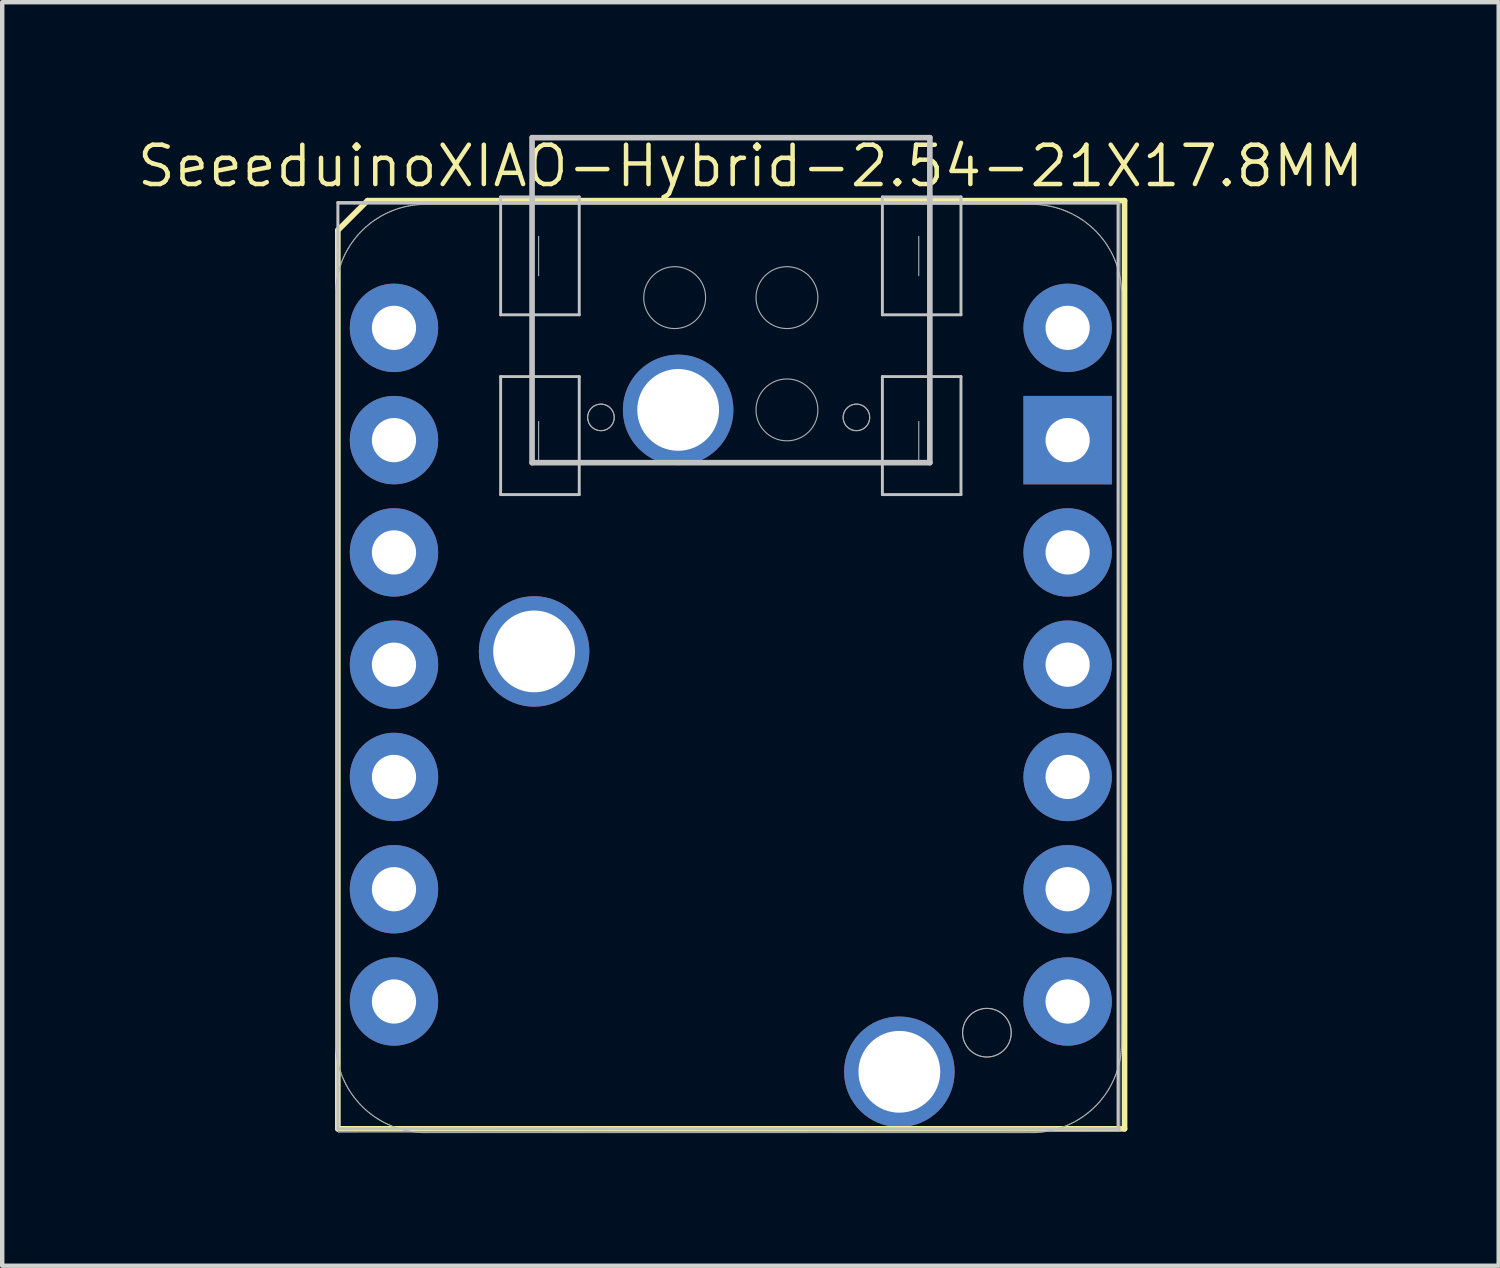
<source format=kicad_pcb>
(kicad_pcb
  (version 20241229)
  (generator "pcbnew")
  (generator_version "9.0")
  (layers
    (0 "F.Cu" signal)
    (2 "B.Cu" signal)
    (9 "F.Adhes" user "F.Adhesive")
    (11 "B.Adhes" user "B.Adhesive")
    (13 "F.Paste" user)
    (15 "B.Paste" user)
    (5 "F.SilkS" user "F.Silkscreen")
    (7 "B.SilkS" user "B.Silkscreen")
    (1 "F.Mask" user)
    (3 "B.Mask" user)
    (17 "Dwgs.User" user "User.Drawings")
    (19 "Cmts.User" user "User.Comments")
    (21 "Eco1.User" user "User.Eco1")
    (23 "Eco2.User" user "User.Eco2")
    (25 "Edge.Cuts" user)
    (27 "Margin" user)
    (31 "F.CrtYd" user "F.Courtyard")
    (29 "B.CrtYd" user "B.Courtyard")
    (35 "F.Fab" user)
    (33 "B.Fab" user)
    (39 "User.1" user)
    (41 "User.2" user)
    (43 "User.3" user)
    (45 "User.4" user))
  (footprint "SeeeduinoXIAO-Hybrid-2.54-21X17.8MM"
    (layer "F.Cu")
    (at 13.483 11.987)
    (property "Reference" "SeeeduinoXIAO-Hybrid-2.54-21X17.8MM" (at 0.445 -11.28 0) (layer "F.SilkS") (effects (font (size 0.889 0.889) (thickness 0.102))))
    (attr smd)
    (fp_line (start -8.89 -9.828) (end -8.89 10.5) (stroke (width 0.127) (type solid)) (layer "F.SilkS"))
    (fp_line (start -8.89 10.5) (end 8.908 10.5) (stroke (width 0.127) (type solid)) (layer "F.SilkS"))
    (fp_line (start -8.219 -10.498) (end -8.89 -9.828) (stroke (width 0.127) (type solid)) (layer "F.SilkS"))
    (fp_line (start 8.908 -10.498) (end -8.219 -10.498) (stroke (width 0.127) (type solid)) (layer "F.SilkS"))
    (fp_line (start 8.908 10.5) (end 8.908 -10.498) (stroke (width 0.127) (type solid)) (layer "F.SilkS"))
    (fp_line (start -8.89 -10.455) (end 8.76 -10.455) (stroke (width 0.066) (type solid)) (layer "Dwgs.User"))
    (fp_line (start -8.89 10.5) (end -8.89 -10.455) (stroke (width 0.066) (type solid)) (layer "Dwgs.User"))
    (fp_line (start -8.89 10.5) (end 8.76 10.5) (stroke (width 0.066) (type solid)) (layer "Dwgs.User"))
    (fp_line (start -5.207 -10.582) (end -3.429 -10.582) (stroke (width 0.066) (type solid)) (layer "Dwgs.User"))
    (fp_line (start -5.207 -7.915) (end -5.207 -10.582) (stroke (width 0.066) (type solid)) (layer "Dwgs.User"))
    (fp_line (start -5.207 -7.915) (end -3.429 -7.915) (stroke (width 0.066) (type solid)) (layer "Dwgs.User"))
    (fp_line (start -5.207 -6.518) (end -3.429 -6.518) (stroke (width 0.066) (type solid)) (layer "Dwgs.User"))
    (fp_line (start -5.207 -3.848) (end -5.207 -6.518) (stroke (width 0.066) (type solid)) (layer "Dwgs.User"))
    (fp_line (start -5.207 -3.848) (end -3.429 -3.848) (stroke (width 0.066) (type solid)) (layer "Dwgs.User"))
    (fp_line (start -4.496 -4.57) (end -4.496 -11.923) (stroke (width 0.127) (type solid)) (layer "Dwgs.User"))
    (fp_line (start -4.491 -11.923) (end 4.503 -11.923) (stroke (width 0.127) (type solid)) (layer "Dwgs.User"))
    (fp_line (start -3.429 -7.915) (end -3.429 -10.582) (stroke (width 0.066) (type solid)) (layer "Dwgs.User"))
    (fp_line (start -3.429 -3.848) (end -3.429 -6.518) (stroke (width 0.066) (type solid)) (layer "Dwgs.User"))
    (fp_line (start 3.429 -10.582) (end 5.207 -10.582) (stroke (width 0.066) (type solid)) (layer "Dwgs.User"))
    (fp_line (start 3.429 -7.915) (end 3.429 -10.582) (stroke (width 0.066) (type solid)) (layer "Dwgs.User"))
    (fp_line (start 3.429 -7.915) (end 5.207 -7.915) (stroke (width 0.066) (type solid)) (layer "Dwgs.User"))
    (fp_line (start 3.429 -6.518) (end 5.207 -6.518) (stroke (width 0.066) (type solid)) (layer "Dwgs.User"))
    (fp_line (start 3.429 -3.848) (end 3.429 -6.518) (stroke (width 0.066) (type solid)) (layer "Dwgs.User"))
    (fp_line (start 3.429 -3.848) (end 5.207 -3.848) (stroke (width 0.066) (type solid)) (layer "Dwgs.User"))
    (fp_line (start 4.503 -11.923) (end 4.503 -4.57) (stroke (width 0.127) (type solid)) (layer "Dwgs.User"))
    (fp_line (start 4.503 -4.57) (end -4.496 -4.57) (stroke (width 0.127) (type solid)) (layer "Dwgs.User"))
    (fp_line (start 5.207 -7.915) (end 5.207 -10.582) (stroke (width 0.066) (type solid)) (layer "Dwgs.User"))
    (fp_line (start 5.207 -3.848) (end 5.207 -6.518) (stroke (width 0.066) (type solid)) (layer "Dwgs.User"))
    (fp_line (start 8.76 10.5) (end 8.76 -10.455) (stroke (width 0.066) (type solid)) (layer "Dwgs.User"))
    (fp_line (start -8.938 -8.382) (end -8.938 8.554) (stroke (width 0.025) (type solid)) (layer "F.Fab"))
    (fp_line (start -8.938 8.554) (end -8.938 8.603) (stroke (width 0.025) (type solid)) (layer "F.Fab"))
    (fp_line (start -8.938 -8.431) (end -8.938 -8.382) (stroke (width 0.025) (type solid)) (layer "F.Fab"))
    (fp_line (start -8.938 8.603) (end -8.936 8.652) (stroke (width 0.025) (type solid)) (layer "F.Fab"))
    (fp_line (start -8.936 -8.48) (end -8.938 -8.431) (stroke (width 0.025) (type solid)) (layer "F.Fab"))
    (fp_line (start -8.936 8.652) (end -8.933 8.701) (stroke (width 0.025) (type solid)) (layer "F.Fab"))
    (fp_line (start -8.933 -8.529) (end -8.936 -8.48) (stroke (width 0.025) (type solid)) (layer "F.Fab"))
    (fp_line (start -8.933 8.701) (end -8.929 8.75) (stroke (width 0.025) (type solid)) (layer "F.Fab"))
    (fp_line (start -8.929 -8.578) (end -8.933 -8.529) (stroke (width 0.025) (type solid)) (layer "F.Fab"))
    (fp_line (start -8.929 8.75) (end -8.923 8.799) (stroke (width 0.025) (type solid)) (layer "F.Fab"))
    (fp_line (start -8.923 -8.627) (end -8.929 -8.578) (stroke (width 0.025) (type solid)) (layer "F.Fab"))
    (fp_line (start -8.923 8.799) (end -8.917 8.847) (stroke (width 0.025) (type solid)) (layer "F.Fab"))
    (fp_line (start -8.917 -8.676) (end -8.923 -8.627) (stroke (width 0.025) (type solid)) (layer "F.Fab"))
    (fp_line (start -8.917 8.847) (end -8.909 8.896) (stroke (width 0.025) (type solid)) (layer "F.Fab"))
    (fp_line (start -8.909 -8.724) (end -8.917 -8.676) (stroke (width 0.025) (type solid)) (layer "F.Fab"))
    (fp_line (start -8.909 8.896) (end -8.9 8.944) (stroke (width 0.025) (type solid)) (layer "F.Fab"))
    (fp_line (start -8.9 -8.773) (end -8.909 -8.724) (stroke (width 0.025) (type solid)) (layer "F.Fab"))
    (fp_line (start -8.9 8.944) (end -8.89 8.992) (stroke (width 0.025) (type solid)) (layer "F.Fab"))
    (fp_line (start -8.89 -8.821) (end -8.9 -8.773) (stroke (width 0.025) (type solid)) (layer "F.Fab"))
    (fp_line (start -8.89 8.992) (end -8.879 9.04) (stroke (width 0.025) (type solid)) (layer "F.Fab"))
    (fp_line (start -8.879 -8.869) (end -8.89 -8.821) (stroke (width 0.025) (type solid)) (layer "F.Fab"))
    (fp_line (start -8.879 9.04) (end -8.867 9.088) (stroke (width 0.025) (type solid)) (layer "F.Fab"))
    (fp_line (start -8.873 -10.419) (end 8.804 -10.419) (stroke (width 0.025) (type solid)) (layer "F.Fab"))
    (fp_line (start -8.873 10.573) (end -8.873 -10.419) (stroke (width 0.025) (type solid)) (layer "F.Fab"))
    (fp_line (start -8.873 10.573) (end 8.804 10.552) (stroke (width 0.025) (type solid)) (layer "F.Fab"))
    (fp_line (start -8.867 -8.916) (end -8.879 -8.869) (stroke (width 0.025) (type solid)) (layer "F.Fab"))
    (fp_line (start -8.867 9.088) (end -8.853 9.135) (stroke (width 0.025) (type solid)) (layer "F.Fab"))
    (fp_line (start -8.853 -8.963) (end -8.867 -8.916) (stroke (width 0.025) (type solid)) (layer "F.Fab"))
    (fp_line (start -8.853 9.135) (end -8.839 9.182) (stroke (width 0.025) (type solid)) (layer "F.Fab"))
    (fp_line (start -8.839 -9.01) (end -8.853 -8.963) (stroke (width 0.025) (type solid)) (layer "F.Fab"))
    (fp_line (start -8.839 9.182) (end -8.823 9.228) (stroke (width 0.025) (type solid)) (layer "F.Fab"))
    (fp_line (start -8.823 -9.057) (end -8.839 -9.01) (stroke (width 0.025) (type solid)) (layer "F.Fab"))
    (fp_line (start -8.823 9.228) (end -8.806 9.274) (stroke (width 0.025) (type solid)) (layer "F.Fab"))
    (fp_line (start -8.806 -9.103) (end -8.823 -9.057) (stroke (width 0.025) (type solid)) (layer "F.Fab"))
    (fp_line (start -8.806 9.274) (end -8.788 9.32) (stroke (width 0.025) (type solid)) (layer "F.Fab"))
    (fp_line (start -8.788 -9.148) (end -8.806 -9.103) (stroke (width 0.025) (type solid)) (layer "F.Fab"))
    (fp_line (start -8.788 9.32) (end -8.769 9.365) (stroke (width 0.025) (type solid)) (layer "F.Fab"))
    (fp_line (start -8.769 -9.194) (end -8.788 -9.148) (stroke (width 0.025) (type solid)) (layer "F.Fab"))
    (fp_line (start -8.769 9.365) (end -8.749 9.41) (stroke (width 0.025) (type solid)) (layer "F.Fab"))
    (fp_line (start -8.749 -9.238) (end -8.769 -9.194) (stroke (width 0.025) (type solid)) (layer "F.Fab"))
    (fp_line (start -8.749 9.41) (end -8.728 9.454) (stroke (width 0.025) (type solid)) (layer "F.Fab"))
    (fp_line (start -8.728 -9.283) (end -8.749 -9.238) (stroke (width 0.025) (type solid)) (layer "F.Fab"))
    (fp_line (start -8.728 9.454) (end -8.706 9.498) (stroke (width 0.025) (type solid)) (layer "F.Fab"))
    (fp_line (start -8.706 -9.327) (end -8.728 -9.283) (stroke (width 0.025) (type solid)) (layer "F.Fab"))
    (fp_line (start -8.706 9.498) (end -8.682 9.541) (stroke (width 0.025) (type solid)) (layer "F.Fab"))
    (fp_line (start -8.682 -9.37) (end -8.706 -9.327) (stroke (width 0.025) (type solid)) (layer "F.Fab"))
    (fp_line (start -8.682 9.541) (end -8.658 9.584) (stroke (width 0.025) (type solid)) (layer "F.Fab"))
    (fp_line (start -8.658 -9.412) (end -8.682 -9.37) (stroke (width 0.025) (type solid)) (layer "F.Fab"))
    (fp_line (start -8.658 9.584) (end -8.632 9.626) (stroke (width 0.025) (type solid)) (layer "F.Fab"))
    (fp_line (start -8.632 -9.454) (end -8.658 -9.412) (stroke (width 0.025) (type solid)) (layer "F.Fab"))
    (fp_line (start -8.632 9.626) (end -8.606 9.667) (stroke (width 0.025) (type solid)) (layer "F.Fab"))
    (fp_line (start -8.606 -9.496) (end -8.632 -9.454) (stroke (width 0.025) (type solid)) (layer "F.Fab"))
    (fp_line (start -8.606 9.667) (end -8.579 9.708) (stroke (width 0.025) (type solid)) (layer "F.Fab"))
    (fp_line (start -8.579 -9.537) (end -8.606 -9.496) (stroke (width 0.025) (type solid)) (layer "F.Fab"))
    (fp_line (start -8.579 9.708) (end -8.55 9.748) (stroke (width 0.025) (type solid)) (layer "F.Fab"))
    (fp_line (start -8.55 -9.576) (end -8.579 -9.537) (stroke (width 0.025) (type solid)) (layer "F.Fab"))
    (fp_line (start -8.55 9.748) (end -8.521 9.787) (stroke (width 0.025) (type solid)) (layer "F.Fab"))
    (fp_line (start -8.521 -9.616) (end -8.55 -9.576) (stroke (width 0.025) (type solid)) (layer "F.Fab"))
    (fp_line (start -8.521 9.787) (end -8.49 9.826) (stroke (width 0.025) (type solid)) (layer "F.Fab"))
    (fp_line (start -8.49 -9.654) (end -8.521 -9.616) (stroke (width 0.025) (type solid)) (layer "F.Fab"))
    (fp_line (start -8.49 9.826) (end -8.459 9.864) (stroke (width 0.025) (type solid)) (layer "F.Fab"))
    (fp_line (start -8.459 -9.693) (end -8.49 -9.654) (stroke (width 0.025) (type solid)) (layer "F.Fab"))
    (fp_line (start -8.459 9.864) (end -8.427 9.901) (stroke (width 0.025) (type solid)) (layer "F.Fab"))
    (fp_line (start -8.427 -9.73) (end -8.459 -9.693) (stroke (width 0.025) (type solid)) (layer "F.Fab"))
    (fp_line (start -8.427 9.901) (end -8.394 9.938) (stroke (width 0.025) (type solid)) (layer "F.Fab"))
    (fp_line (start -8.394 -9.766) (end -8.427 -9.73) (stroke (width 0.025) (type solid)) (layer "F.Fab"))
    (fp_line (start -8.394 9.938) (end -8.36 9.973) (stroke (width 0.025) (type solid)) (layer "F.Fab"))
    (fp_line (start -8.36 -9.802) (end -8.394 -9.766) (stroke (width 0.025) (type solid)) (layer "F.Fab"))
    (fp_line (start -8.36 9.973) (end -8.326 10.008) (stroke (width 0.025) (type solid)) (layer "F.Fab"))
    (fp_line (start -8.326 -9.836) (end -8.36 -9.802) (stroke (width 0.025) (type solid)) (layer "F.Fab"))
    (fp_line (start -8.326 10.008) (end -8.29 10.042) (stroke (width 0.025) (type solid)) (layer "F.Fab"))
    (fp_line (start -8.29 -9.87) (end -8.326 -9.836) (stroke (width 0.025) (type solid)) (layer "F.Fab"))
    (fp_line (start -8.29 10.042) (end -8.254 10.075) (stroke (width 0.025) (type solid)) (layer "F.Fab"))
    (fp_line (start -8.254 -9.903) (end -8.29 -9.87) (stroke (width 0.025) (type solid)) (layer "F.Fab"))
    (fp_line (start -8.254 10.075) (end -8.217 10.107) (stroke (width 0.025) (type solid)) (layer "F.Fab"))
    (fp_line (start -8.217 -9.935) (end -8.254 -9.903) (stroke (width 0.025) (type solid)) (layer "F.Fab"))
    (fp_line (start -8.217 10.107) (end -8.178 10.138) (stroke (width 0.025) (type solid)) (layer "F.Fab"))
    (fp_line (start -8.178 -9.966) (end -8.217 -9.935) (stroke (width 0.025) (type solid)) (layer "F.Fab"))
    (fp_line (start -8.178 10.138) (end -8.14 10.168) (stroke (width 0.025) (type solid)) (layer "F.Fab"))
    (fp_line (start -8.14 -9.997) (end -8.178 -9.966) (stroke (width 0.025) (type solid)) (layer "F.Fab"))
    (fp_line (start -8.14 10.168) (end -8.101 10.198) (stroke (width 0.025) (type solid)) (layer "F.Fab"))
    (fp_line (start -8.101 -10.026) (end -8.14 -9.997) (stroke (width 0.025) (type solid)) (layer "F.Fab"))
    (fp_line (start -8.101 10.198) (end -8.061 10.226) (stroke (width 0.025) (type solid)) (layer "F.Fab"))
    (fp_line (start -8.061 -10.055) (end -8.101 -10.026) (stroke (width 0.025) (type solid)) (layer "F.Fab"))
    (fp_line (start -8.061 10.226) (end -8.02 10.254) (stroke (width 0.025) (type solid)) (layer "F.Fab"))
    (fp_line (start -8.02 -10.082) (end -8.061 -10.055) (stroke (width 0.025) (type solid)) (layer "F.Fab"))
    (fp_line (start -8.02 10.254) (end -7.978 10.28) (stroke (width 0.025) (type solid)) (layer "F.Fab"))
    (fp_line (start -7.978 -10.108) (end -8.02 -10.082) (stroke (width 0.025) (type solid)) (layer "F.Fab"))
    (fp_line (start -7.978 10.28) (end -7.936 10.305) (stroke (width 0.025) (type solid)) (layer "F.Fab"))
    (fp_line (start -7.936 -10.134) (end -7.978 -10.108) (stroke (width 0.025) (type solid)) (layer "F.Fab"))
    (fp_line (start -7.936 10.305) (end -7.894 10.33) (stroke (width 0.025) (type solid)) (layer "F.Fab"))
    (fp_line (start -7.894 -10.158) (end -7.936 -10.134) (stroke (width 0.025) (type solid)) (layer "F.Fab"))
    (fp_line (start -7.894 10.33) (end -7.851 10.353) (stroke (width 0.025) (type solid)) (layer "F.Fab"))
    (fp_line (start -7.851 -10.181) (end -7.894 -10.158) (stroke (width 0.025) (type solid)) (layer "F.Fab"))
    (fp_line (start -7.851 10.353) (end -7.807 10.375) (stroke (width 0.025) (type solid)) (layer "F.Fab"))
    (fp_line (start -7.807 -10.204) (end -7.851 -10.181) (stroke (width 0.025) (type solid)) (layer "F.Fab"))
    (fp_line (start -7.807 10.375) (end -7.762 10.397) (stroke (width 0.025) (type solid)) (layer "F.Fab"))
    (fp_line (start -7.762 -10.225) (end -7.807 -10.204) (stroke (width 0.025) (type solid)) (layer "F.Fab"))
    (fp_line (start -7.762 10.397) (end -7.718 10.417) (stroke (width 0.025) (type solid)) (layer "F.Fab"))
    (fp_line (start -7.718 -10.245) (end -7.762 -10.225) (stroke (width 0.025) (type solid)) (layer "F.Fab"))
    (fp_line (start -7.718 10.417) (end -7.673 10.436) (stroke (width 0.025) (type solid)) (layer "F.Fab"))
    (fp_line (start -7.673 -10.264) (end -7.718 -10.245) (stroke (width 0.025) (type solid)) (layer "F.Fab"))
    (fp_line (start -7.673 10.436) (end -7.627 10.454) (stroke (width 0.025) (type solid)) (layer "F.Fab"))
    (fp_line (start -7.627 -10.282) (end -7.673 -10.264) (stroke (width 0.025) (type solid)) (layer "F.Fab"))
    (fp_line (start -7.627 10.454) (end -7.581 10.47) (stroke (width 0.025) (type solid)) (layer "F.Fab"))
    (fp_line (start -7.581 -10.299) (end -7.627 -10.282) (stroke (width 0.025) (type solid)) (layer "F.Fab"))
    (fp_line (start -7.581 10.47) (end -7.534 10.486) (stroke (width 0.025) (type solid)) (layer "F.Fab"))
    (fp_line (start -7.534 -10.315) (end -7.581 -10.299) (stroke (width 0.025) (type solid)) (layer "F.Fab"))
    (fp_line (start -7.534 10.486) (end -7.487 10.501) (stroke (width 0.025) (type solid)) (layer "F.Fab"))
    (fp_line (start -7.487 -10.329) (end -7.534 -10.315) (stroke (width 0.025) (type solid)) (layer "F.Fab"))
    (fp_line (start -7.487 10.501) (end -7.44 10.514) (stroke (width 0.025) (type solid)) (layer "F.Fab"))
    (fp_line (start -7.44 -10.343) (end -7.487 -10.329) (stroke (width 0.025) (type solid)) (layer "F.Fab"))
    (fp_line (start -7.44 10.514) (end -7.393 10.527) (stroke (width 0.025) (type solid)) (layer "F.Fab"))
    (fp_line (start -7.393 -10.355) (end -7.44 -10.343) (stroke (width 0.025) (type solid)) (layer "F.Fab"))
    (fp_line (start -7.393 10.527) (end -7.345 10.538) (stroke (width 0.025) (type solid)) (layer "F.Fab"))
    (fp_line (start -7.345 -10.366) (end -7.393 -10.355) (stroke (width 0.025) (type solid)) (layer "F.Fab"))
    (fp_line (start -7.345 10.538) (end -7.297 10.548) (stroke (width 0.025) (type solid)) (layer "F.Fab"))
    (fp_line (start -7.297 -10.376) (end -7.345 -10.366) (stroke (width 0.025) (type solid)) (layer "F.Fab"))
    (fp_line (start -7.297 10.548) (end -7.248 10.557) (stroke (width 0.025) (type solid)) (layer "F.Fab"))
    (fp_line (start -7.248 -10.385) (end -7.297 -10.376) (stroke (width 0.025) (type solid)) (layer "F.Fab"))
    (fp_line (start -7.248 10.557) (end -7.2 10.564) (stroke (width 0.025) (type solid)) (layer "F.Fab"))
    (fp_line (start -7.2 -10.393) (end -7.248 -10.385) (stroke (width 0.025) (type solid)) (layer "F.Fab"))
    (fp_line (start -7.2 10.564) (end -7.151 10.571) (stroke (width 0.025) (type solid)) (layer "F.Fab"))
    (fp_line (start -7.151 -10.399) (end -7.2 -10.393) (stroke (width 0.025) (type solid)) (layer "F.Fab"))
    (fp_line (start -7.151 10.571) (end -7.102 10.576) (stroke (width 0.025) (type solid)) (layer "F.Fab"))
    (fp_line (start -7.102 -10.405) (end -7.151 -10.399) (stroke (width 0.025) (type solid)) (layer "F.Fab"))
    (fp_line (start -7.102 10.576) (end -7.053 10.58) (stroke (width 0.025) (type solid)) (layer "F.Fab"))
    (fp_line (start -7.053 -10.409) (end -7.102 -10.405) (stroke (width 0.025) (type solid)) (layer "F.Fab"))
    (fp_line (start -7.053 10.58) (end -7.004 10.584) (stroke (width 0.025) (type solid)) (layer "F.Fab"))
    (fp_line (start -7.004 -10.412) (end -7.053 -10.409) (stroke (width 0.025) (type solid)) (layer "F.Fab"))
    (fp_line (start -7.004 10.584) (end -6.955 10.585) (stroke (width 0.025) (type solid)) (layer "F.Fab"))
    (fp_line (start -6.955 -10.414) (end -7.004 -10.412) (stroke (width 0.025) (type solid)) (layer "F.Fab"))
    (fp_line (start -6.955 10.585) (end -6.906 10.586) (stroke (width 0.025) (type solid)) (layer "F.Fab"))
    (fp_line (start -6.906 -10.414) (end -6.955 -10.414) (stroke (width 0.025) (type solid)) (layer "F.Fab"))
    (fp_line (start -6.906 10.586) (end 6.81 10.586) (stroke (width 0.025) (type solid)) (layer "F.Fab"))
    (fp_line (start -4.348 -8.8) (end -4.348 -9.689) (stroke (width 0.025) (type solid)) (layer "F.Fab"))
    (fp_line (start -4.348 -4.587) (end -4.348 -5.501) (stroke (width 0.025) (type solid)) (layer "F.Fab"))
    (fp_line (start -3.238 -5.594) (end -3.238 -5.612) (stroke (width 0.025) (type solid)) (layer "F.Fab"))
    (fp_line (start -3.238 -5.612) (end -3.236 -5.629) (stroke (width 0.025) (type solid)) (layer "F.Fab"))
    (fp_line (start -3.238 -5.577) (end -3.238 -5.594) (stroke (width 0.025) (type solid)) (layer "F.Fab"))
    (fp_line (start -3.236 -5.629) (end -3.234 -5.646) (stroke (width 0.025) (type solid)) (layer "F.Fab"))
    (fp_line (start -3.236 -5.559) (end -3.238 -5.577) (stroke (width 0.025) (type solid)) (layer "F.Fab"))
    (fp_line (start -3.234 -5.646) (end -3.23 -5.663) (stroke (width 0.025) (type solid)) (layer "F.Fab"))
    (fp_line (start -3.234 -5.542) (end -3.236 -5.559) (stroke (width 0.025) (type solid)) (layer "F.Fab"))
    (fp_line (start -3.23 -5.663) (end -3.225 -5.68) (stroke (width 0.025) (type solid)) (layer "F.Fab"))
    (fp_line (start -3.23 -5.525) (end -3.234 -5.542) (stroke (width 0.025) (type solid)) (layer "F.Fab"))
    (fp_line (start -3.225 -5.68) (end -3.22 -5.697) (stroke (width 0.025) (type solid)) (layer "F.Fab"))
    (fp_line (start -3.225 -5.508) (end -3.23 -5.525) (stroke (width 0.025) (type solid)) (layer "F.Fab"))
    (fp_line (start -3.22 -5.697) (end -3.214 -5.713) (stroke (width 0.025) (type solid)) (layer "F.Fab"))
    (fp_line (start -3.22 -5.492) (end -3.225 -5.508) (stroke (width 0.025) (type solid)) (layer "F.Fab"))
    (fp_line (start -3.214 -5.713) (end -3.206 -5.729) (stroke (width 0.025) (type solid)) (layer "F.Fab"))
    (fp_line (start -3.214 -5.475) (end -3.22 -5.492) (stroke (width 0.025) (type solid)) (layer "F.Fab"))
    (fp_line (start -3.206 -5.729) (end -3.198 -5.744) (stroke (width 0.025) (type solid)) (layer "F.Fab"))
    (fp_line (start -3.206 -5.46) (end -3.214 -5.475) (stroke (width 0.025) (type solid)) (layer "F.Fab"))
    (fp_line (start -3.198 -5.744) (end -3.189 -5.759) (stroke (width 0.025) (type solid)) (layer "F.Fab"))
    (fp_line (start -3.198 -5.444) (end -3.206 -5.46) (stroke (width 0.025) (type solid)) (layer "F.Fab"))
    (fp_line (start -3.189 -5.759) (end -3.179 -5.773) (stroke (width 0.025) (type solid)) (layer "F.Fab"))
    (fp_line (start -3.189 -5.429) (end -3.198 -5.444) (stroke (width 0.025) (type solid)) (layer "F.Fab"))
    (fp_line (start -3.179 -5.773) (end -3.168 -5.787) (stroke (width 0.025) (type solid)) (layer "F.Fab"))
    (fp_line (start -3.179 -5.415) (end -3.189 -5.429) (stroke (width 0.025) (type solid)) (layer "F.Fab"))
    (fp_line (start -3.168 -5.787) (end -3.156 -5.8) (stroke (width 0.025) (type solid)) (layer "F.Fab"))
    (fp_line (start -3.168 -5.401) (end -3.179 -5.415) (stroke (width 0.025) (type solid)) (layer "F.Fab"))
    (fp_line (start -3.156 -5.8) (end -3.144 -5.812) (stroke (width 0.025) (type solid)) (layer "F.Fab"))
    (fp_line (start -3.156 -5.389) (end -3.168 -5.401) (stroke (width 0.025) (type solid)) (layer "F.Fab"))
    (fp_line (start -3.144 -5.812) (end -3.131 -5.824) (stroke (width 0.025) (type solid)) (layer "F.Fab"))
    (fp_line (start -3.144 -5.376) (end -3.156 -5.389) (stroke (width 0.025) (type solid)) (layer "F.Fab"))
    (fp_line (start -3.131 -5.824) (end -3.117 -5.835) (stroke (width 0.025) (type solid)) (layer "F.Fab"))
    (fp_line (start -3.131 -5.364) (end -3.144 -5.376) (stroke (width 0.025) (type solid)) (layer "F.Fab"))
    (fp_line (start -3.117 -5.835) (end -3.103 -5.845) (stroke (width 0.025) (type solid)) (layer "F.Fab"))
    (fp_line (start -3.117 -5.354) (end -3.131 -5.364) (stroke (width 0.025) (type solid)) (layer "F.Fab"))
    (fp_line (start -3.103 -5.845) (end -3.088 -5.854) (stroke (width 0.025) (type solid)) (layer "F.Fab"))
    (fp_line (start -3.103 -5.344) (end -3.117 -5.354) (stroke (width 0.025) (type solid)) (layer "F.Fab"))
    (fp_line (start -3.088 -5.854) (end -3.073 -5.862) (stroke (width 0.025) (type solid)) (layer "F.Fab"))
    (fp_line (start -3.088 -5.334) (end -3.103 -5.344) (stroke (width 0.025) (type solid)) (layer "F.Fab"))
    (fp_line (start -3.073 -5.862) (end -3.057 -5.87) (stroke (width 0.025) (type solid)) (layer "F.Fab"))
    (fp_line (start -3.073 -5.326) (end -3.088 -5.334) (stroke (width 0.025) (type solid)) (layer "F.Fab"))
    (fp_line (start -3.057 -5.87) (end -3.041 -5.876) (stroke (width 0.025) (type solid)) (layer "F.Fab"))
    (fp_line (start -3.057 -5.319) (end -3.073 -5.326) (stroke (width 0.025) (type solid)) (layer "F.Fab"))
    (fp_line (start -3.041 -5.876) (end -3.024 -5.882) (stroke (width 0.025) (type solid)) (layer "F.Fab"))
    (fp_line (start -3.041 -5.312) (end -3.057 -5.319) (stroke (width 0.025) (type solid)) (layer "F.Fab"))
    (fp_line (start -3.024 -5.882) (end -3.007 -5.886) (stroke (width 0.025) (type solid)) (layer "F.Fab"))
    (fp_line (start -3.024 -5.307) (end -3.041 -5.312) (stroke (width 0.025) (type solid)) (layer "F.Fab"))
    (fp_line (start -3.007 -5.886) (end -2.99 -5.89) (stroke (width 0.025) (type solid)) (layer "F.Fab"))
    (fp_line (start -3.007 -5.302) (end -3.024 -5.307) (stroke (width 0.025) (type solid)) (layer "F.Fab"))
    (fp_line (start -2.99 -5.89) (end -2.973 -5.892) (stroke (width 0.025) (type solid)) (layer "F.Fab"))
    (fp_line (start -2.99 -5.299) (end -3.007 -5.302) (stroke (width 0.025) (type solid)) (layer "F.Fab"))
    (fp_line (start -2.973 -5.892) (end -2.956 -5.894) (stroke (width 0.025) (type solid)) (layer "F.Fab"))
    (fp_line (start -2.973 -5.296) (end -2.99 -5.299) (stroke (width 0.025) (type solid)) (layer "F.Fab"))
    (fp_line (start -2.956 -5.894) (end -2.938 -5.894) (stroke (width 0.025) (type solid)) (layer "F.Fab"))
    (fp_line (start -2.956 -5.295) (end -2.973 -5.296) (stroke (width 0.025) (type solid)) (layer "F.Fab"))
    (fp_line (start -2.938 -5.894) (end -2.921 -5.894) (stroke (width 0.025) (type solid)) (layer "F.Fab"))
    (fp_line (start -2.938 -5.294) (end -2.956 -5.295) (stroke (width 0.025) (type solid)) (layer "F.Fab"))
    (fp_line (start -2.921 -5.894) (end -2.903 -5.892) (stroke (width 0.025) (type solid)) (layer "F.Fab"))
    (fp_line (start -2.921 -5.295) (end -2.938 -5.294) (stroke (width 0.025) (type solid)) (layer "F.Fab"))
    (fp_line (start -2.903 -5.892) (end -2.886 -5.89) (stroke (width 0.025) (type solid)) (layer "F.Fab"))
    (fp_line (start -2.903 -5.296) (end -2.921 -5.295) (stroke (width 0.025) (type solid)) (layer "F.Fab"))
    (fp_line (start -2.886 -5.89) (end -2.869 -5.886) (stroke (width 0.025) (type solid)) (layer "F.Fab"))
    (fp_line (start -2.886 -5.299) (end -2.903 -5.296) (stroke (width 0.025) (type solid)) (layer "F.Fab"))
    (fp_line (start -2.869 -5.886) (end -2.852 -5.882) (stroke (width 0.025) (type solid)) (layer "F.Fab"))
    (fp_line (start -2.869 -5.302) (end -2.886 -5.299) (stroke (width 0.025) (type solid)) (layer "F.Fab"))
    (fp_line (start -2.852 -5.882) (end -2.836 -5.876) (stroke (width 0.025) (type solid)) (layer "F.Fab"))
    (fp_line (start -2.852 -5.307) (end -2.869 -5.302) (stroke (width 0.025) (type solid)) (layer "F.Fab"))
    (fp_line (start -2.836 -5.876) (end -2.819 -5.87) (stroke (width 0.025) (type solid)) (layer "F.Fab"))
    (fp_line (start -2.836 -5.312) (end -2.852 -5.307) (stroke (width 0.025) (type solid)) (layer "F.Fab"))
    (fp_line (start -2.819 -5.87) (end -2.804 -5.862) (stroke (width 0.025) (type solid)) (layer "F.Fab"))
    (fp_line (start -2.819 -5.319) (end -2.836 -5.312) (stroke (width 0.025) (type solid)) (layer "F.Fab"))
    (fp_line (start -2.804 -5.862) (end -2.788 -5.854) (stroke (width 0.025) (type solid)) (layer "F.Fab"))
    (fp_line (start -2.804 -5.326) (end -2.819 -5.319) (stroke (width 0.025) (type solid)) (layer "F.Fab"))
    (fp_line (start -2.788 -5.854) (end -2.773 -5.845) (stroke (width 0.025) (type solid)) (layer "F.Fab"))
    (fp_line (start -2.788 -5.334) (end -2.804 -5.326) (stroke (width 0.025) (type solid)) (layer "F.Fab"))
    (fp_line (start -2.773 -5.845) (end -2.759 -5.835) (stroke (width 0.025) (type solid)) (layer "F.Fab"))
    (fp_line (start -2.773 -5.344) (end -2.788 -5.334) (stroke (width 0.025) (type solid)) (layer "F.Fab"))
    (fp_line (start -2.759 -5.835) (end -2.745 -5.824) (stroke (width 0.025) (type solid)) (layer "F.Fab"))
    (fp_line (start -2.759 -5.354) (end -2.773 -5.344) (stroke (width 0.025) (type solid)) (layer "F.Fab"))
    (fp_line (start -2.745 -5.824) (end -2.732 -5.812) (stroke (width 0.025) (type solid)) (layer "F.Fab"))
    (fp_line (start -2.745 -5.364) (end -2.759 -5.354) (stroke (width 0.025) (type solid)) (layer "F.Fab"))
    (fp_line (start -2.732 -5.812) (end -2.72 -5.8) (stroke (width 0.025) (type solid)) (layer "F.Fab"))
    (fp_line (start -2.732 -5.376) (end -2.745 -5.364) (stroke (width 0.025) (type solid)) (layer "F.Fab"))
    (fp_line (start -2.72 -5.8) (end -2.708 -5.787) (stroke (width 0.025) (type solid)) (layer "F.Fab"))
    (fp_line (start -2.72 -5.389) (end -2.732 -5.376) (stroke (width 0.025) (type solid)) (layer "F.Fab"))
    (fp_line (start -2.708 -5.787) (end -2.698 -5.773) (stroke (width 0.025) (type solid)) (layer "F.Fab"))
    (fp_line (start -2.708 -5.401) (end -2.72 -5.389) (stroke (width 0.025) (type solid)) (layer "F.Fab"))
    (fp_line (start -2.698 -5.773) (end -2.688 -5.759) (stroke (width 0.025) (type solid)) (layer "F.Fab"))
    (fp_line (start -2.698 -5.415) (end -2.708 -5.401) (stroke (width 0.025) (type solid)) (layer "F.Fab"))
    (fp_line (start -2.688 -5.759) (end -2.678 -5.744) (stroke (width 0.025) (type solid)) (layer "F.Fab"))
    (fp_line (start -2.688 -5.429) (end -2.698 -5.415) (stroke (width 0.025) (type solid)) (layer "F.Fab"))
    (fp_line (start -2.678 -5.744) (end -2.67 -5.729) (stroke (width 0.025) (type solid)) (layer "F.Fab"))
    (fp_line (start -2.678 -5.444) (end -2.688 -5.429) (stroke (width 0.025) (type solid)) (layer "F.Fab"))
    (fp_line (start -2.67 -5.729) (end -2.663 -5.713) (stroke (width 0.025) (type solid)) (layer "F.Fab"))
    (fp_line (start -2.67 -5.46) (end -2.678 -5.444) (stroke (width 0.025) (type solid)) (layer "F.Fab"))
    (fp_line (start -2.663 -5.713) (end -2.656 -5.697) (stroke (width 0.025) (type solid)) (layer "F.Fab"))
    (fp_line (start -2.663 -5.475) (end -2.67 -5.46) (stroke (width 0.025) (type solid)) (layer "F.Fab"))
    (fp_line (start -2.656 -5.697) (end -2.651 -5.68) (stroke (width 0.025) (type solid)) (layer "F.Fab"))
    (fp_line (start -2.656 -5.492) (end -2.663 -5.475) (stroke (width 0.025) (type solid)) (layer "F.Fab"))
    (fp_line (start -2.651 -5.68) (end -2.646 -5.663) (stroke (width 0.025) (type solid)) (layer "F.Fab"))
    (fp_line (start -2.651 -5.508) (end -2.656 -5.492) (stroke (width 0.025) (type solid)) (layer "F.Fab"))
    (fp_line (start -2.646 -5.663) (end -2.643 -5.646) (stroke (width 0.025) (type solid)) (layer "F.Fab"))
    (fp_line (start -2.646 -5.525) (end -2.651 -5.508) (stroke (width 0.025) (type solid)) (layer "F.Fab"))
    (fp_line (start -2.643 -5.646) (end -2.64 -5.629) (stroke (width 0.025) (type solid)) (layer "F.Fab"))
    (fp_line (start -2.643 -5.542) (end -2.646 -5.525) (stroke (width 0.025) (type solid)) (layer "F.Fab"))
    (fp_line (start -2.64 -5.629) (end -2.639 -5.612) (stroke (width 0.025) (type solid)) (layer "F.Fab"))
    (fp_line (start -2.64 -5.559) (end -2.643 -5.542) (stroke (width 0.025) (type solid)) (layer "F.Fab"))
    (fp_line (start -2.639 -5.612) (end -2.638 -5.594) (stroke (width 0.025) (type solid)) (layer "F.Fab"))
    (fp_line (start -2.639 -5.577) (end -2.64 -5.559) (stroke (width 0.025) (type solid)) (layer "F.Fab"))
    (fp_line (start -2.638 -5.594) (end -2.639 -5.577) (stroke (width 0.025) (type solid)) (layer "F.Fab"))
    (fp_line (start 2.542 -5.594) (end 2.542 -5.612) (stroke (width 0.025) (type solid)) (layer "F.Fab"))
    (fp_line (start 2.542 -5.612) (end 2.544 -5.629) (stroke (width 0.025) (type solid)) (layer "F.Fab"))
    (fp_line (start 2.542 -5.577) (end 2.542 -5.594) (stroke (width 0.025) (type solid)) (layer "F.Fab"))
    (fp_line (start 2.544 -5.629) (end 2.546 -5.646) (stroke (width 0.025) (type solid)) (layer "F.Fab"))
    (fp_line (start 2.544 -5.559) (end 2.542 -5.577) (stroke (width 0.025) (type solid)) (layer "F.Fab"))
    (fp_line (start 2.546 -5.646) (end 2.55 -5.663) (stroke (width 0.025) (type solid)) (layer "F.Fab"))
    (fp_line (start 2.546 -5.542) (end 2.544 -5.559) (stroke (width 0.025) (type solid)) (layer "F.Fab"))
    (fp_line (start 2.55 -5.663) (end 2.555 -5.68) (stroke (width 0.025) (type solid)) (layer "F.Fab"))
    (fp_line (start 2.55 -5.525) (end 2.546 -5.542) (stroke (width 0.025) (type solid)) (layer "F.Fab"))
    (fp_line (start 2.555 -5.68) (end 2.56 -5.697) (stroke (width 0.025) (type solid)) (layer "F.Fab"))
    (fp_line (start 2.555 -5.508) (end 2.55 -5.525) (stroke (width 0.025) (type solid)) (layer "F.Fab"))
    (fp_line (start 2.56 -5.697) (end 2.566 -5.713) (stroke (width 0.025) (type solid)) (layer "F.Fab"))
    (fp_line (start 2.56 -5.492) (end 2.555 -5.508) (stroke (width 0.025) (type solid)) (layer "F.Fab"))
    (fp_line (start 2.566 -5.713) (end 2.574 -5.729) (stroke (width 0.025) (type solid)) (layer "F.Fab"))
    (fp_line (start 2.566 -5.475) (end 2.56 -5.492) (stroke (width 0.025) (type solid)) (layer "F.Fab"))
    (fp_line (start 2.574 -5.729) (end 2.582 -5.744) (stroke (width 0.025) (type solid)) (layer "F.Fab"))
    (fp_line (start 2.574 -5.46) (end 2.566 -5.475) (stroke (width 0.025) (type solid)) (layer "F.Fab"))
    (fp_line (start 2.582 -5.744) (end 2.591 -5.759) (stroke (width 0.025) (type solid)) (layer "F.Fab"))
    (fp_line (start 2.582 -5.444) (end 2.574 -5.46) (stroke (width 0.025) (type solid)) (layer "F.Fab"))
    (fp_line (start 2.591 -5.759) (end 2.601 -5.773) (stroke (width 0.025) (type solid)) (layer "F.Fab"))
    (fp_line (start 2.591 -5.429) (end 2.582 -5.444) (stroke (width 0.025) (type solid)) (layer "F.Fab"))
    (fp_line (start 2.601 -5.773) (end 2.612 -5.787) (stroke (width 0.025) (type solid)) (layer "F.Fab"))
    (fp_line (start 2.601 -5.415) (end 2.591 -5.429) (stroke (width 0.025) (type solid)) (layer "F.Fab"))
    (fp_line (start 2.612 -5.787) (end 2.624 -5.8) (stroke (width 0.025) (type solid)) (layer "F.Fab"))
    (fp_line (start 2.612 -5.401) (end 2.601 -5.415) (stroke (width 0.025) (type solid)) (layer "F.Fab"))
    (fp_line (start 2.624 -5.8) (end 2.636 -5.812) (stroke (width 0.025) (type solid)) (layer "F.Fab"))
    (fp_line (start 2.624 -5.389) (end 2.612 -5.401) (stroke (width 0.025) (type solid)) (layer "F.Fab"))
    (fp_line (start 2.636 -5.812) (end 2.649 -5.824) (stroke (width 0.025) (type solid)) (layer "F.Fab"))
    (fp_line (start 2.636 -5.376) (end 2.624 -5.389) (stroke (width 0.025) (type solid)) (layer "F.Fab"))
    (fp_line (start 2.649 -5.824) (end 2.663 -5.835) (stroke (width 0.025) (type solid)) (layer "F.Fab"))
    (fp_line (start 2.649 -5.364) (end 2.636 -5.376) (stroke (width 0.025) (type solid)) (layer "F.Fab"))
    (fp_line (start 2.663 -5.835) (end 2.677 -5.845) (stroke (width 0.025) (type solid)) (layer "F.Fab"))
    (fp_line (start 2.663 -5.354) (end 2.649 -5.364) (stroke (width 0.025) (type solid)) (layer "F.Fab"))
    (fp_line (start 2.677 -5.845) (end 2.692 -5.854) (stroke (width 0.025) (type solid)) (layer "F.Fab"))
    (fp_line (start 2.677 -5.344) (end 2.663 -5.354) (stroke (width 0.025) (type solid)) (layer "F.Fab"))
    (fp_line (start 2.692 -5.854) (end 2.707 -5.862) (stroke (width 0.025) (type solid)) (layer "F.Fab"))
    (fp_line (start 2.692 -5.334) (end 2.677 -5.344) (stroke (width 0.025) (type solid)) (layer "F.Fab"))
    (fp_line (start 2.707 -5.862) (end 2.723 -5.87) (stroke (width 0.025) (type solid)) (layer "F.Fab"))
    (fp_line (start 2.707 -5.326) (end 2.692 -5.334) (stroke (width 0.025) (type solid)) (layer "F.Fab"))
    (fp_line (start 2.723 -5.87) (end 2.739 -5.876) (stroke (width 0.025) (type solid)) (layer "F.Fab"))
    (fp_line (start 2.723 -5.319) (end 2.707 -5.326) (stroke (width 0.025) (type solid)) (layer "F.Fab"))
    (fp_line (start 2.739 -5.876) (end 2.756 -5.882) (stroke (width 0.025) (type solid)) (layer "F.Fab"))
    (fp_line (start 2.739 -5.312) (end 2.723 -5.319) (stroke (width 0.025) (type solid)) (layer "F.Fab"))
    (fp_line (start 2.756 -5.882) (end 2.773 -5.886) (stroke (width 0.025) (type solid)) (layer "F.Fab"))
    (fp_line (start 2.756 -5.307) (end 2.739 -5.312) (stroke (width 0.025) (type solid)) (layer "F.Fab"))
    (fp_line (start 2.773 -5.886) (end 2.79 -5.89) (stroke (width 0.025) (type solid)) (layer "F.Fab"))
    (fp_line (start 2.773 -5.302) (end 2.756 -5.307) (stroke (width 0.025) (type solid)) (layer "F.Fab"))
    (fp_line (start 2.79 -5.89) (end 2.807 -5.892) (stroke (width 0.025) (type solid)) (layer "F.Fab"))
    (fp_line (start 2.79 -5.299) (end 2.773 -5.302) (stroke (width 0.025) (type solid)) (layer "F.Fab"))
    (fp_line (start 2.807 -5.892) (end 2.824 -5.894) (stroke (width 0.025) (type solid)) (layer "F.Fab"))
    (fp_line (start 2.807 -5.296) (end 2.79 -5.299) (stroke (width 0.025) (type solid)) (layer "F.Fab"))
    (fp_line (start 2.824 -5.894) (end 2.842 -5.894) (stroke (width 0.025) (type solid)) (layer "F.Fab"))
    (fp_line (start 2.824 -5.295) (end 2.807 -5.296) (stroke (width 0.025) (type solid)) (layer "F.Fab"))
    (fp_line (start 2.842 -5.894) (end 2.859 -5.894) (stroke (width 0.025) (type solid)) (layer "F.Fab"))
    (fp_line (start 2.842 -5.294) (end 2.824 -5.295) (stroke (width 0.025) (type solid)) (layer "F.Fab"))
    (fp_line (start 2.859 -5.894) (end 2.877 -5.892) (stroke (width 0.025) (type solid)) (layer "F.Fab"))
    (fp_line (start 2.859 -5.295) (end 2.842 -5.294) (stroke (width 0.025) (type solid)) (layer "F.Fab"))
    (fp_line (start 2.877 -5.892) (end 2.894 -5.89) (stroke (width 0.025) (type solid)) (layer "F.Fab"))
    (fp_line (start 2.877 -5.296) (end 2.859 -5.295) (stroke (width 0.025) (type solid)) (layer "F.Fab"))
    (fp_line (start 2.894 -5.89) (end 2.911 -5.886) (stroke (width 0.025) (type solid)) (layer "F.Fab"))
    (fp_line (start 2.894 -5.299) (end 2.877 -5.296) (stroke (width 0.025) (type solid)) (layer "F.Fab"))
    (fp_line (start 2.911 -5.886) (end 2.928 -5.882) (stroke (width 0.025) (type solid)) (layer "F.Fab"))
    (fp_line (start 2.911 -5.302) (end 2.894 -5.299) (stroke (width 0.025) (type solid)) (layer "F.Fab"))
    (fp_line (start 2.928 -5.882) (end 2.944 -5.876) (stroke (width 0.025) (type solid)) (layer "F.Fab"))
    (fp_line (start 2.928 -5.307) (end 2.911 -5.302) (stroke (width 0.025) (type solid)) (layer "F.Fab"))
    (fp_line (start 2.944 -5.876) (end 2.961 -5.87) (stroke (width 0.025) (type solid)) (layer "F.Fab"))
    (fp_line (start 2.944 -5.312) (end 2.928 -5.307) (stroke (width 0.025) (type solid)) (layer "F.Fab"))
    (fp_line (start 2.961 -5.87) (end 2.976 -5.862) (stroke (width 0.025) (type solid)) (layer "F.Fab"))
    (fp_line (start 2.961 -5.319) (end 2.944 -5.312) (stroke (width 0.025) (type solid)) (layer "F.Fab"))
    (fp_line (start 2.976 -5.862) (end 2.992 -5.854) (stroke (width 0.025) (type solid)) (layer "F.Fab"))
    (fp_line (start 2.976 -5.326) (end 2.961 -5.319) (stroke (width 0.025) (type solid)) (layer "F.Fab"))
    (fp_line (start 2.992 -5.854) (end 3.007 -5.845) (stroke (width 0.025) (type solid)) (layer "F.Fab"))
    (fp_line (start 2.992 -5.334) (end 2.976 -5.326) (stroke (width 0.025) (type solid)) (layer "F.Fab"))
    (fp_line (start 3.007 -5.845) (end 3.021 -5.835) (stroke (width 0.025) (type solid)) (layer "F.Fab"))
    (fp_line (start 3.007 -5.344) (end 2.992 -5.334) (stroke (width 0.025) (type solid)) (layer "F.Fab"))
    (fp_line (start 3.021 -5.835) (end 3.035 -5.824) (stroke (width 0.025) (type solid)) (layer "F.Fab"))
    (fp_line (start 3.021 -5.354) (end 3.007 -5.344) (stroke (width 0.025) (type solid)) (layer "F.Fab"))
    (fp_line (start 3.035 -5.824) (end 3.048 -5.812) (stroke (width 0.025) (type solid)) (layer "F.Fab"))
    (fp_line (start 3.035 -5.364) (end 3.021 -5.354) (stroke (width 0.025) (type solid)) (layer "F.Fab"))
    (fp_line (start 3.048 -5.812) (end 3.06 -5.8) (stroke (width 0.025) (type solid)) (layer "F.Fab"))
    (fp_line (start 3.048 -5.376) (end 3.035 -5.364) (stroke (width 0.025) (type solid)) (layer "F.Fab"))
    (fp_line (start 3.06 -5.8) (end 3.072 -5.787) (stroke (width 0.025) (type solid)) (layer "F.Fab"))
    (fp_line (start 3.06 -5.389) (end 3.048 -5.376) (stroke (width 0.025) (type solid)) (layer "F.Fab"))
    (fp_line (start 3.072 -5.787) (end 3.082 -5.773) (stroke (width 0.025) (type solid)) (layer "F.Fab"))
    (fp_line (start 3.072 -5.401) (end 3.06 -5.389) (stroke (width 0.025) (type solid)) (layer "F.Fab"))
    (fp_line (start 3.082 -5.773) (end 3.093 -5.759) (stroke (width 0.025) (type solid)) (layer "F.Fab"))
    (fp_line (start 3.082 -5.415) (end 3.072 -5.401) (stroke (width 0.025) (type solid)) (layer "F.Fab"))
    (fp_line (start 3.093 -5.759) (end 3.102 -5.744) (stroke (width 0.025) (type solid)) (layer "F.Fab"))
    (fp_line (start 3.093 -5.429) (end 3.082 -5.415) (stroke (width 0.025) (type solid)) (layer "F.Fab"))
    (fp_line (start 3.102 -5.744) (end 3.11 -5.729) (stroke (width 0.025) (type solid)) (layer "F.Fab"))
    (fp_line (start 3.102 -5.444) (end 3.093 -5.429) (stroke (width 0.025) (type solid)) (layer "F.Fab"))
    (fp_line (start 3.11 -5.729) (end 3.117 -5.713) (stroke (width 0.025) (type solid)) (layer "F.Fab"))
    (fp_line (start 3.11 -5.46) (end 3.102 -5.444) (stroke (width 0.025) (type solid)) (layer "F.Fab"))
    (fp_line (start 3.117 -5.713) (end 3.124 -5.697) (stroke (width 0.025) (type solid)) (layer "F.Fab"))
    (fp_line (start 3.117 -5.475) (end 3.11 -5.46) (stroke (width 0.025) (type solid)) (layer "F.Fab"))
    (fp_line (start 3.124 -5.697) (end 3.129 -5.68) (stroke (width 0.025) (type solid)) (layer "F.Fab"))
    (fp_line (start 3.124 -5.492) (end 3.117 -5.475) (stroke (width 0.025) (type solid)) (layer "F.Fab"))
    (fp_line (start 3.129 -5.68) (end 3.134 -5.663) (stroke (width 0.025) (type solid)) (layer "F.Fab"))
    (fp_line (start 3.129 -5.508) (end 3.124 -5.492) (stroke (width 0.025) (type solid)) (layer "F.Fab"))
    (fp_line (start 3.134 -5.663) (end 3.137 -5.646) (stroke (width 0.025) (type solid)) (layer "F.Fab"))
    (fp_line (start 3.134 -5.525) (end 3.129 -5.508) (stroke (width 0.025) (type solid)) (layer "F.Fab"))
    (fp_line (start 3.137 -5.646) (end 3.14 -5.629) (stroke (width 0.025) (type solid)) (layer "F.Fab"))
    (fp_line (start 3.137 -5.542) (end 3.134 -5.525) (stroke (width 0.025) (type solid)) (layer "F.Fab"))
    (fp_line (start 3.14 -5.629) (end 3.141 -5.612) (stroke (width 0.025) (type solid)) (layer "F.Fab"))
    (fp_line (start 3.14 -5.559) (end 3.137 -5.542) (stroke (width 0.025) (type solid)) (layer "F.Fab"))
    (fp_line (start 3.141 -5.612) (end 3.142 -5.594) (stroke (width 0.025) (type solid)) (layer "F.Fab"))
    (fp_line (start 3.141 -5.577) (end 3.14 -5.559) (stroke (width 0.025) (type solid)) (layer "F.Fab"))
    (fp_line (start 3.142 -5.594) (end 3.141 -5.577) (stroke (width 0.025) (type solid)) (layer "F.Fab"))
    (fp_line (start 4.252 -9.689) (end 4.252 -8.8) (stroke (width 0.025) (type solid)) (layer "F.Fab"))
    (fp_line (start 4.252 -5.501) (end 4.252 -4.587) (stroke (width 0.025) (type solid)) (layer "F.Fab"))
    (fp_line (start 5.244 8.32) (end 5.245 8.296) (stroke (width 0.025) (type solid)) (layer "F.Fab"))
    (fp_line (start 5.244 8.343) (end 5.244 8.32) (stroke (width 0.025) (type solid)) (layer "F.Fab"))
    (fp_line (start 5.245 8.296) (end 5.246 8.273) (stroke (width 0.025) (type solid)) (layer "F.Fab"))
    (fp_line (start 5.245 8.367) (end 5.244 8.343) (stroke (width 0.025) (type solid)) (layer "F.Fab"))
    (fp_line (start 5.246 8.273) (end 5.249 8.25) (stroke (width 0.025) (type solid)) (layer "F.Fab"))
    (fp_line (start 5.248 8.39) (end 5.245 8.367) (stroke (width 0.025) (type solid)) (layer "F.Fab"))
    (fp_line (start 5.249 8.25) (end 5.253 8.226) (stroke (width 0.025) (type solid)) (layer "F.Fab"))
    (fp_line (start 5.251 8.414) (end 5.248 8.39) (stroke (width 0.025) (type solid)) (layer "F.Fab"))
    (fp_line (start 5.253 8.226) (end 5.258 8.203) (stroke (width 0.025) (type solid)) (layer "F.Fab"))
    (fp_line (start 5.255 8.437) (end 5.251 8.414) (stroke (width 0.025) (type solid)) (layer "F.Fab"))
    (fp_line (start 5.258 8.203) (end 5.263 8.18) (stroke (width 0.025) (type solid)) (layer "F.Fab"))
    (fp_line (start 5.26 8.46) (end 5.255 8.437) (stroke (width 0.025) (type solid)) (layer "F.Fab"))
    (fp_line (start 5.263 8.18) (end 5.27 8.158) (stroke (width 0.025) (type solid)) (layer "F.Fab"))
    (fp_line (start 5.266 8.482) (end 5.26 8.46) (stroke (width 0.025) (type solid)) (layer "F.Fab"))
    (fp_line (start 5.27 8.158) (end 5.278 8.136) (stroke (width 0.025) (type solid)) (layer "F.Fab"))
    (fp_line (start 5.274 8.505) (end 5.266 8.482) (stroke (width 0.025) (type solid)) (layer "F.Fab"))
    (fp_line (start 5.278 8.136) (end 5.286 8.114) (stroke (width 0.025) (type solid)) (layer "F.Fab"))
    (fp_line (start 5.282 8.527) (end 5.274 8.505) (stroke (width 0.025) (type solid)) (layer "F.Fab"))
    (fp_line (start 5.286 8.114) (end 5.296 8.093) (stroke (width 0.025) (type solid)) (layer "F.Fab"))
    (fp_line (start 5.291 8.548) (end 5.282 8.527) (stroke (width 0.025) (type solid)) (layer "F.Fab"))
    (fp_line (start 5.296 8.093) (end 5.306 8.071) (stroke (width 0.025) (type solid)) (layer "F.Fab"))
    (fp_line (start 5.301 8.57) (end 5.291 8.548) (stroke (width 0.025) (type solid)) (layer "F.Fab"))
    (fp_line (start 5.306 8.071) (end 5.318 8.051) (stroke (width 0.025) (type solid)) (layer "F.Fab"))
    (fp_line (start 5.312 8.59) (end 5.301 8.57) (stroke (width 0.025) (type solid)) (layer "F.Fab"))
    (fp_line (start 5.318 8.051) (end 5.33 8.031) (stroke (width 0.025) (type solid)) (layer "F.Fab"))
    (fp_line (start 5.324 8.611) (end 5.312 8.59) (stroke (width 0.025) (type solid)) (layer "F.Fab"))
    (fp_line (start 5.33 8.031) (end 5.343 8.011) (stroke (width 0.025) (type solid)) (layer "F.Fab"))
    (fp_line (start 5.336 8.631) (end 5.324 8.611) (stroke (width 0.025) (type solid)) (layer "F.Fab"))
    (fp_line (start 5.343 8.011) (end 5.357 7.992) (stroke (width 0.025) (type solid)) (layer "F.Fab"))
    (fp_line (start 5.35 8.65) (end 5.336 8.631) (stroke (width 0.025) (type solid)) (layer "F.Fab"))
    (fp_line (start 5.357 7.992) (end 5.371 7.974) (stroke (width 0.025) (type solid)) (layer "F.Fab"))
    (fp_line (start 5.364 8.669) (end 5.35 8.65) (stroke (width 0.025) (type solid)) (layer "F.Fab"))
    (fp_line (start 5.371 7.974) (end 5.387 7.956) (stroke (width 0.025) (type solid)) (layer "F.Fab"))
    (fp_line (start 5.379 8.687) (end 5.364 8.669) (stroke (width 0.025) (type solid)) (layer "F.Fab"))
    (fp_line (start 5.387 7.956) (end 5.403 7.939) (stroke (width 0.025) (type solid)) (layer "F.Fab"))
    (fp_line (start 5.395 8.704) (end 5.379 8.687) (stroke (width 0.025) (type solid)) (layer "F.Fab"))
    (fp_line (start 5.403 7.939) (end 5.42 7.923) (stroke (width 0.025) (type solid)) (layer "F.Fab"))
    (fp_line (start 5.411 8.721) (end 5.395 8.704) (stroke (width 0.025) (type solid)) (layer "F.Fab"))
    (fp_line (start 5.42 7.923) (end 5.437 7.907) (stroke (width 0.025) (type solid)) (layer "F.Fab"))
    (fp_line (start 5.429 8.737) (end 5.411 8.721) (stroke (width 0.025) (type solid)) (layer "F.Fab"))
    (fp_line (start 5.437 7.907) (end 5.455 7.892) (stroke (width 0.025) (type solid)) (layer "F.Fab"))
    (fp_line (start 5.446 8.752) (end 5.429 8.737) (stroke (width 0.025) (type solid)) (layer "F.Fab"))
    (fp_line (start 5.455 7.892) (end 5.474 7.878) (stroke (width 0.025) (type solid)) (layer "F.Fab"))
    (fp_line (start 5.465 8.766) (end 5.446 8.752) (stroke (width 0.025) (type solid)) (layer "F.Fab"))
    (fp_line (start 5.474 7.878) (end 5.494 7.865) (stroke (width 0.025) (type solid)) (layer "F.Fab"))
    (fp_line (start 5.484 8.78) (end 5.465 8.766) (stroke (width 0.025) (type solid)) (layer "F.Fab"))
    (fp_line (start 5.494 7.865) (end 5.514 7.853) (stroke (width 0.025) (type solid)) (layer "F.Fab"))
    (fp_line (start 5.504 8.793) (end 5.484 8.78) (stroke (width 0.025) (type solid)) (layer "F.Fab"))
    (fp_line (start 5.514 7.853) (end 5.534 7.841) (stroke (width 0.025) (type solid)) (layer "F.Fab"))
    (fp_line (start 5.524 8.805) (end 5.504 8.793) (stroke (width 0.025) (type solid)) (layer "F.Fab"))
    (fp_line (start 5.534 7.841) (end 5.555 7.83) (stroke (width 0.025) (type solid)) (layer "F.Fab"))
    (fp_line (start 5.545 8.816) (end 5.524 8.805) (stroke (width 0.025) (type solid)) (layer "F.Fab"))
    (fp_line (start 5.555 7.83) (end 5.577 7.82) (stroke (width 0.025) (type solid)) (layer "F.Fab"))
    (fp_line (start 5.566 8.826) (end 5.545 8.816) (stroke (width 0.025) (type solid)) (layer "F.Fab"))
    (fp_line (start 5.577 7.82) (end 5.598 7.812) (stroke (width 0.025) (type solid)) (layer "F.Fab"))
    (fp_line (start 5.588 8.835) (end 5.566 8.826) (stroke (width 0.025) (type solid)) (layer "F.Fab"))
    (fp_line (start 5.598 7.812) (end 5.621 7.804) (stroke (width 0.025) (type solid)) (layer "F.Fab"))
    (fp_line (start 5.609 8.844) (end 5.588 8.835) (stroke (width 0.025) (type solid)) (layer "F.Fab"))
    (fp_line (start 5.621 7.804) (end 5.643 7.797) (stroke (width 0.025) (type solid)) (layer "F.Fab"))
    (fp_line (start 5.632 8.851) (end 5.609 8.844) (stroke (width 0.025) (type solid)) (layer "F.Fab"))
    (fp_line (start 5.643 7.797) (end 5.666 7.791) (stroke (width 0.025) (type solid)) (layer "F.Fab"))
    (fp_line (start 5.654 8.858) (end 5.632 8.851) (stroke (width 0.025) (type solid)) (layer "F.Fab"))
    (fp_line (start 5.666 7.791) (end 5.689 7.786) (stroke (width 0.025) (type solid)) (layer "F.Fab"))
    (fp_line (start 5.677 8.863) (end 5.654 8.858) (stroke (width 0.025) (type solid)) (layer "F.Fab"))
    (fp_line (start 5.689 7.786) (end 5.712 7.782) (stroke (width 0.025) (type solid)) (layer "F.Fab"))
    (fp_line (start 5.7 8.867) (end 5.677 8.863) (stroke (width 0.025) (type solid)) (layer "F.Fab"))
    (fp_line (start 5.712 7.782) (end 5.735 7.779) (stroke (width 0.025) (type solid)) (layer "F.Fab"))
    (fp_line (start 5.723 8.871) (end 5.7 8.867) (stroke (width 0.025) (type solid)) (layer "F.Fab"))
    (fp_line (start 5.735 7.779) (end 5.758 7.777) (stroke (width 0.025) (type solid)) (layer "F.Fab"))
    (fp_line (start 5.747 8.874) (end 5.723 8.871) (stroke (width 0.025) (type solid)) (layer "F.Fab"))
    (fp_line (start 5.758 7.777) (end 5.782 7.776) (stroke (width 0.025) (type solid)) (layer "F.Fab"))
    (fp_line (start 5.77 8.875) (end 5.747 8.874) (stroke (width 0.025) (type solid)) (layer "F.Fab"))
    (fp_line (start 5.782 7.776) (end 5.805 7.776) (stroke (width 0.025) (type solid)) (layer "F.Fab"))
    (fp_line (start 5.794 8.876) (end 5.77 8.875) (stroke (width 0.025) (type solid)) (layer "F.Fab"))
    (fp_line (start 5.805 7.776) (end 5.829 7.777) (stroke (width 0.025) (type solid)) (layer "F.Fab"))
    (fp_line (start 5.817 8.875) (end 5.794 8.876) (stroke (width 0.025) (type solid)) (layer "F.Fab"))
    (fp_line (start 5.829 7.777) (end 5.852 7.779) (stroke (width 0.025) (type solid)) (layer "F.Fab"))
    (fp_line (start 5.841 8.874) (end 5.817 8.875) (stroke (width 0.025) (type solid)) (layer "F.Fab"))
    (fp_line (start 5.852 7.779) (end 5.876 7.782) (stroke (width 0.025) (type solid)) (layer "F.Fab"))
    (fp_line (start 5.864 8.871) (end 5.841 8.874) (stroke (width 0.025) (type solid)) (layer "F.Fab"))
    (fp_line (start 5.876 7.782) (end 5.899 7.786) (stroke (width 0.025) (type solid)) (layer "F.Fab"))
    (fp_line (start 5.887 8.867) (end 5.864 8.871) (stroke (width 0.025) (type solid)) (layer "F.Fab"))
    (fp_line (start 5.899 7.786) (end 5.922 7.791) (stroke (width 0.025) (type solid)) (layer "F.Fab"))
    (fp_line (start 5.91 8.863) (end 5.887 8.867) (stroke (width 0.025) (type solid)) (layer "F.Fab"))
    (fp_line (start 5.922 7.791) (end 5.945 7.797) (stroke (width 0.025) (type solid)) (layer "F.Fab"))
    (fp_line (start 5.933 8.858) (end 5.91 8.863) (stroke (width 0.025) (type solid)) (layer "F.Fab"))
    (fp_line (start 5.945 7.797) (end 5.967 7.804) (stroke (width 0.025) (type solid)) (layer "F.Fab"))
    (fp_line (start 5.956 8.851) (end 5.933 8.858) (stroke (width 0.025) (type solid)) (layer "F.Fab"))
    (fp_line (start 5.967 7.804) (end 5.989 7.812) (stroke (width 0.025) (type solid)) (layer "F.Fab"))
    (fp_line (start 5.978 8.844) (end 5.956 8.851) (stroke (width 0.025) (type solid)) (layer "F.Fab"))
    (fp_line (start 5.989 7.812) (end 6.011 7.82) (stroke (width 0.025) (type solid)) (layer "F.Fab"))
    (fp_line (start 6 8.835) (end 5.978 8.844) (stroke (width 0.025) (type solid)) (layer "F.Fab"))
    (fp_line (start 6.011 7.82) (end 6.032 7.83) (stroke (width 0.025) (type solid)) (layer "F.Fab"))
    (fp_line (start 6.022 8.826) (end 6 8.835) (stroke (width 0.025) (type solid)) (layer "F.Fab"))
    (fp_line (start 6.032 7.83) (end 6.053 7.841) (stroke (width 0.025) (type solid)) (layer "F.Fab"))
    (fp_line (start 6.043 8.816) (end 6.022 8.826) (stroke (width 0.025) (type solid)) (layer "F.Fab"))
    (fp_line (start 6.053 7.841) (end 6.074 7.853) (stroke (width 0.025) (type solid)) (layer "F.Fab"))
    (fp_line (start 6.064 8.805) (end 6.043 8.816) (stroke (width 0.025) (type solid)) (layer "F.Fab"))
    (fp_line (start 6.074 7.853) (end 6.094 7.865) (stroke (width 0.025) (type solid)) (layer "F.Fab"))
    (fp_line (start 6.084 8.793) (end 6.064 8.805) (stroke (width 0.025) (type solid)) (layer "F.Fab"))
    (fp_line (start 6.094 7.865) (end 6.113 7.878) (stroke (width 0.025) (type solid)) (layer "F.Fab"))
    (fp_line (start 6.104 8.78) (end 6.084 8.793) (stroke (width 0.025) (type solid)) (layer "F.Fab"))
    (fp_line (start 6.113 7.878) (end 6.132 7.892) (stroke (width 0.025) (type solid)) (layer "F.Fab"))
    (fp_line (start 6.123 8.766) (end 6.104 8.78) (stroke (width 0.025) (type solid)) (layer "F.Fab"))
    (fp_line (start 6.132 7.892) (end 6.15 7.907) (stroke (width 0.025) (type solid)) (layer "F.Fab"))
    (fp_line (start 6.141 8.752) (end 6.123 8.766) (stroke (width 0.025) (type solid)) (layer "F.Fab"))
    (fp_line (start 6.15 7.907) (end 6.168 7.923) (stroke (width 0.025) (type solid)) (layer "F.Fab"))
    (fp_line (start 6.159 8.737) (end 6.141 8.752) (stroke (width 0.025) (type solid)) (layer "F.Fab"))
    (fp_line (start 6.168 7.923) (end 6.185 7.939) (stroke (width 0.025) (type solid)) (layer "F.Fab"))
    (fp_line (start 6.176 8.721) (end 6.159 8.737) (stroke (width 0.025) (type solid)) (layer "F.Fab"))
    (fp_line (start 6.185 7.939) (end 6.201 7.956) (stroke (width 0.025) (type solid)) (layer "F.Fab"))
    (fp_line (start 6.193 8.704) (end 6.176 8.721) (stroke (width 0.025) (type solid)) (layer "F.Fab"))
    (fp_line (start 6.201 7.956) (end 6.216 7.974) (stroke (width 0.025) (type solid)) (layer "F.Fab"))
    (fp_line (start 6.209 8.687) (end 6.193 8.704) (stroke (width 0.025) (type solid)) (layer "F.Fab"))
    (fp_line (start 6.216 7.974) (end 6.231 7.992) (stroke (width 0.025) (type solid)) (layer "F.Fab"))
    (fp_line (start 6.224 8.669) (end 6.209 8.687) (stroke (width 0.025) (type solid)) (layer "F.Fab"))
    (fp_line (start 6.231 7.992) (end 6.245 8.011) (stroke (width 0.025) (type solid)) (layer "F.Fab"))
    (fp_line (start 6.238 8.65) (end 6.224 8.669) (stroke (width 0.025) (type solid)) (layer "F.Fab"))
    (fp_line (start 6.245 8.011) (end 6.258 8.031) (stroke (width 0.025) (type solid)) (layer "F.Fab"))
    (fp_line (start 6.252 8.631) (end 6.238 8.65) (stroke (width 0.025) (type solid)) (layer "F.Fab"))
    (fp_line (start 6.258 8.031) (end 6.27 8.051) (stroke (width 0.025) (type solid)) (layer "F.Fab"))
    (fp_line (start 6.264 8.611) (end 6.252 8.631) (stroke (width 0.025) (type solid)) (layer "F.Fab"))
    (fp_line (start 6.27 8.051) (end 6.281 8.071) (stroke (width 0.025) (type solid)) (layer "F.Fab"))
    (fp_line (start 6.276 8.59) (end 6.264 8.611) (stroke (width 0.025) (type solid)) (layer "F.Fab"))
    (fp_line (start 6.281 8.071) (end 6.292 8.093) (stroke (width 0.025) (type solid)) (layer "F.Fab"))
    (fp_line (start 6.287 8.57) (end 6.276 8.59) (stroke (width 0.025) (type solid)) (layer "F.Fab"))
    (fp_line (start 6.292 8.093) (end 6.301 8.114) (stroke (width 0.025) (type solid)) (layer "F.Fab"))
    (fp_line (start 6.297 8.548) (end 6.287 8.57) (stroke (width 0.025) (type solid)) (layer "F.Fab"))
    (fp_line (start 6.301 8.114) (end 6.31 8.136) (stroke (width 0.025) (type solid)) (layer "F.Fab"))
    (fp_line (start 6.306 8.527) (end 6.297 8.548) (stroke (width 0.025) (type solid)) (layer "F.Fab"))
    (fp_line (start 6.31 8.136) (end 6.318 8.158) (stroke (width 0.025) (type solid)) (layer "F.Fab"))
    (fp_line (start 6.314 8.505) (end 6.306 8.527) (stroke (width 0.025) (type solid)) (layer "F.Fab"))
    (fp_line (start 6.318 8.158) (end 6.324 8.18) (stroke (width 0.025) (type solid)) (layer "F.Fab"))
    (fp_line (start 6.321 8.482) (end 6.314 8.505) (stroke (width 0.025) (type solid)) (layer "F.Fab"))
    (fp_line (start 6.324 8.18) (end 6.33 8.203) (stroke (width 0.025) (type solid)) (layer "F.Fab"))
    (fp_line (start 6.327 8.46) (end 6.321 8.482) (stroke (width 0.025) (type solid)) (layer "F.Fab"))
    (fp_line (start 6.33 8.203) (end 6.335 8.226) (stroke (width 0.025) (type solid)) (layer "F.Fab"))
    (fp_line (start 6.333 8.437) (end 6.327 8.46) (stroke (width 0.025) (type solid)) (layer "F.Fab"))
    (fp_line (start 6.335 8.226) (end 6.338 8.25) (stroke (width 0.025) (type solid)) (layer "F.Fab"))
    (fp_line (start 6.337 8.414) (end 6.333 8.437) (stroke (width 0.025) (type solid)) (layer "F.Fab"))
    (fp_line (start 6.338 8.25) (end 6.341 8.273) (stroke (width 0.025) (type solid)) (layer "F.Fab"))
    (fp_line (start 6.34 8.39) (end 6.337 8.414) (stroke (width 0.025) (type solid)) (layer "F.Fab"))
    (fp_line (start 6.341 8.273) (end 6.343 8.296) (stroke (width 0.025) (type solid)) (layer "F.Fab"))
    (fp_line (start 6.342 8.367) (end 6.34 8.39) (stroke (width 0.025) (type solid)) (layer "F.Fab"))
    (fp_line (start 6.343 8.296) (end 6.344 8.32) (stroke (width 0.025) (type solid)) (layer "F.Fab"))
    (fp_line (start 6.343 8.343) (end 6.342 8.367) (stroke (width 0.025) (type solid)) (layer "F.Fab"))
    (fp_line (start 6.344 8.32) (end 6.343 8.343) (stroke (width 0.025) (type solid)) (layer "F.Fab"))
    (fp_line (start 6.81 -10.414) (end -6.906 -10.414) (stroke (width 0.025) (type solid)) (layer "F.Fab"))
    (fp_line (start 6.81 10.586) (end 6.859 10.585) (stroke (width 0.025) (type solid)) (layer "F.Fab"))
    (fp_line (start 6.859 -10.414) (end 6.81 -10.414) (stroke (width 0.025) (type solid)) (layer "F.Fab"))
    (fp_line (start 6.859 10.585) (end 6.908 10.584) (stroke (width 0.025) (type solid)) (layer "F.Fab"))
    (fp_line (start 6.908 -10.412) (end 6.859 -10.414) (stroke (width 0.025) (type solid)) (layer "F.Fab"))
    (fp_line (start 6.908 10.584) (end 6.957 10.58) (stroke (width 0.025) (type solid)) (layer "F.Fab"))
    (fp_line (start 6.957 -10.409) (end 6.908 -10.412) (stroke (width 0.025) (type solid)) (layer "F.Fab"))
    (fp_line (start 6.957 10.58) (end 7.006 10.576) (stroke (width 0.025) (type solid)) (layer "F.Fab"))
    (fp_line (start 7.006 -10.405) (end 6.957 -10.409) (stroke (width 0.025) (type solid)) (layer "F.Fab"))
    (fp_line (start 7.006 10.576) (end 7.055 10.571) (stroke (width 0.025) (type solid)) (layer "F.Fab"))
    (fp_line (start 7.055 -10.399) (end 7.006 -10.405) (stroke (width 0.025) (type solid)) (layer "F.Fab"))
    (fp_line (start 7.055 10.571) (end 7.103 10.564) (stroke (width 0.025) (type solid)) (layer "F.Fab"))
    (fp_line (start 7.103 -10.393) (end 7.055 -10.399) (stroke (width 0.025) (type solid)) (layer "F.Fab"))
    (fp_line (start 7.103 10.564) (end 7.152 10.557) (stroke (width 0.025) (type solid)) (layer "F.Fab"))
    (fp_line (start 7.152 -10.385) (end 7.103 -10.393) (stroke (width 0.025) (type solid)) (layer "F.Fab"))
    (fp_line (start 7.152 10.557) (end 7.2 10.548) (stroke (width 0.025) (type solid)) (layer "F.Fab"))
    (fp_line (start 7.2 -10.376) (end 7.152 -10.385) (stroke (width 0.025) (type solid)) (layer "F.Fab"))
    (fp_line (start 7.2 10.548) (end 7.248 10.538) (stroke (width 0.025) (type solid)) (layer "F.Fab"))
    (fp_line (start 7.248 -10.366) (end 7.2 -10.376) (stroke (width 0.025) (type solid)) (layer "F.Fab"))
    (fp_line (start 7.248 10.538) (end 7.296 10.527) (stroke (width 0.025) (type solid)) (layer "F.Fab"))
    (fp_line (start 7.296 -10.355) (end 7.248 -10.366) (stroke (width 0.025) (type solid)) (layer "F.Fab"))
    (fp_line (start 7.296 10.527) (end 7.344 10.514) (stroke (width 0.025) (type solid)) (layer "F.Fab"))
    (fp_line (start 7.344 -10.343) (end 7.296 -10.355) (stroke (width 0.025) (type solid)) (layer "F.Fab"))
    (fp_line (start 7.344 10.514) (end 7.391 10.501) (stroke (width 0.025) (type solid)) (layer "F.Fab"))
    (fp_line (start 7.391 -10.329) (end 7.344 -10.343) (stroke (width 0.025) (type solid)) (layer "F.Fab"))
    (fp_line (start 7.391 10.501) (end 7.438 10.486) (stroke (width 0.025) (type solid)) (layer "F.Fab"))
    (fp_line (start 7.438 -10.315) (end 7.391 -10.329) (stroke (width 0.025) (type solid)) (layer "F.Fab"))
    (fp_line (start 7.438 10.486) (end 7.484 10.47) (stroke (width 0.025) (type solid)) (layer "F.Fab"))
    (fp_line (start 7.484 -10.299) (end 7.438 -10.315) (stroke (width 0.025) (type solid)) (layer "F.Fab"))
    (fp_line (start 7.484 10.47) (end 7.53 10.454) (stroke (width 0.025) (type solid)) (layer "F.Fab"))
    (fp_line (start 7.53 -10.282) (end 7.484 -10.299) (stroke (width 0.025) (type solid)) (layer "F.Fab"))
    (fp_line (start 7.53 10.454) (end 7.576 10.436) (stroke (width 0.025) (type solid)) (layer "F.Fab"))
    (fp_line (start 7.576 -10.264) (end 7.53 -10.282) (stroke (width 0.025) (type solid)) (layer "F.Fab"))
    (fp_line (start 7.576 10.436) (end 7.621 10.417) (stroke (width 0.025) (type solid)) (layer "F.Fab"))
    (fp_line (start 7.621 -10.245) (end 7.576 -10.264) (stroke (width 0.025) (type solid)) (layer "F.Fab"))
    (fp_line (start 7.621 10.417) (end 7.666 10.397) (stroke (width 0.025) (type solid)) (layer "F.Fab"))
    (fp_line (start 7.666 -10.225) (end 7.621 -10.245) (stroke (width 0.025) (type solid)) (layer "F.Fab"))
    (fp_line (start 7.666 10.397) (end 7.71 10.375) (stroke (width 0.025) (type solid)) (layer "F.Fab"))
    (fp_line (start 7.71 -10.204) (end 7.666 -10.225) (stroke (width 0.025) (type solid)) (layer "F.Fab"))
    (fp_line (start 7.71 10.375) (end 7.754 10.353) (stroke (width 0.025) (type solid)) (layer "F.Fab"))
    (fp_line (start 7.754 -10.181) (end 7.71 -10.204) (stroke (width 0.025) (type solid)) (layer "F.Fab"))
    (fp_line (start 7.754 10.353) (end 7.797 10.33) (stroke (width 0.025) (type solid)) (layer "F.Fab"))
    (fp_line (start 7.797 -10.158) (end 7.754 -10.181) (stroke (width 0.025) (type solid)) (layer "F.Fab"))
    (fp_line (start 7.797 10.33) (end 7.84 10.305) (stroke (width 0.025) (type solid)) (layer "F.Fab"))
    (fp_line (start 7.84 -10.134) (end 7.797 -10.158) (stroke (width 0.025) (type solid)) (layer "F.Fab"))
    (fp_line (start 7.84 10.305) (end 7.882 10.28) (stroke (width 0.025) (type solid)) (layer "F.Fab"))
    (fp_line (start 7.882 -10.108) (end 7.84 -10.134) (stroke (width 0.025) (type solid)) (layer "F.Fab"))
    (fp_line (start 7.882 10.28) (end 7.923 10.254) (stroke (width 0.025) (type solid)) (layer "F.Fab"))
    (fp_line (start 7.923 -10.082) (end 7.882 -10.108) (stroke (width 0.025) (type solid)) (layer "F.Fab"))
    (fp_line (start 7.923 10.254) (end 7.964 10.226) (stroke (width 0.025) (type solid)) (layer "F.Fab"))
    (fp_line (start 7.964 -10.055) (end 7.923 -10.082) (stroke (width 0.025) (type solid)) (layer "F.Fab"))
    (fp_line (start 7.964 10.226) (end 8.004 10.198) (stroke (width 0.025) (type solid)) (layer "F.Fab"))
    (fp_line (start 8.004 -10.026) (end 7.964 -10.055) (stroke (width 0.025) (type solid)) (layer "F.Fab"))
    (fp_line (start 8.004 10.198) (end 8.043 10.168) (stroke (width 0.025) (type solid)) (layer "F.Fab"))
    (fp_line (start 8.043 -9.997) (end 8.004 -10.026) (stroke (width 0.025) (type solid)) (layer "F.Fab"))
    (fp_line (start 8.043 10.168) (end 8.082 10.138) (stroke (width 0.025) (type solid)) (layer "F.Fab"))
    (fp_line (start 8.082 -9.966) (end 8.043 -9.997) (stroke (width 0.025) (type solid)) (layer "F.Fab"))
    (fp_line (start 8.082 10.138) (end 8.12 10.107) (stroke (width 0.025) (type solid)) (layer "F.Fab"))
    (fp_line (start 8.12 -9.935) (end 8.082 -9.966) (stroke (width 0.025) (type solid)) (layer "F.Fab"))
    (fp_line (start 8.12 10.107) (end 8.157 10.075) (stroke (width 0.025) (type solid)) (layer "F.Fab"))
    (fp_line (start 8.157 -9.903) (end 8.12 -9.935) (stroke (width 0.025) (type solid)) (layer "F.Fab"))
    (fp_line (start 8.157 10.075) (end 8.194 10.042) (stroke (width 0.025) (type solid)) (layer "F.Fab"))
    (fp_line (start 8.194 -9.87) (end 8.157 -9.903) (stroke (width 0.025) (type solid)) (layer "F.Fab"))
    (fp_line (start 8.194 10.042) (end 8.229 10.008) (stroke (width 0.025) (type solid)) (layer "F.Fab"))
    (fp_line (start 8.229 -9.836) (end 8.194 -9.87) (stroke (width 0.025) (type solid)) (layer "F.Fab"))
    (fp_line (start 8.229 10.008) (end 8.264 9.973) (stroke (width 0.025) (type solid)) (layer "F.Fab"))
    (fp_line (start 8.264 -9.802) (end 8.229 -9.836) (stroke (width 0.025) (type solid)) (layer "F.Fab"))
    (fp_line (start 8.264 9.973) (end 8.298 9.938) (stroke (width 0.025) (type solid)) (layer "F.Fab"))
    (fp_line (start 8.298 -9.766) (end 8.264 -9.802) (stroke (width 0.025) (type solid)) (layer "F.Fab"))
    (fp_line (start 8.298 9.938) (end 8.331 9.901) (stroke (width 0.025) (type solid)) (layer "F.Fab"))
    (fp_line (start 8.331 -9.73) (end 8.298 -9.766) (stroke (width 0.025) (type solid)) (layer "F.Fab"))
    (fp_line (start 8.331 9.901) (end 8.363 9.864) (stroke (width 0.025) (type solid)) (layer "F.Fab"))
    (fp_line (start 8.363 -9.693) (end 8.331 -9.73) (stroke (width 0.025) (type solid)) (layer "F.Fab"))
    (fp_line (start 8.363 9.864) (end 8.394 9.826) (stroke (width 0.025) (type solid)) (layer "F.Fab"))
    (fp_line (start 8.394 -9.654) (end 8.363 -9.693) (stroke (width 0.025) (type solid)) (layer "F.Fab"))
    (fp_line (start 8.394 9.826) (end 8.424 9.787) (stroke (width 0.025) (type solid)) (layer "F.Fab"))
    (fp_line (start 8.424 -9.616) (end 8.394 -9.654) (stroke (width 0.025) (type solid)) (layer "F.Fab"))
    (fp_line (start 8.424 9.787) (end 8.454 9.748) (stroke (width 0.025) (type solid)) (layer "F.Fab"))
    (fp_line (start 8.454 -9.576) (end 8.424 -9.616) (stroke (width 0.025) (type solid)) (layer "F.Fab"))
    (fp_line (start 8.454 9.748) (end 8.482 9.708) (stroke (width 0.025) (type solid)) (layer "F.Fab"))
    (fp_line (start 8.482 -9.537) (end 8.454 -9.576) (stroke (width 0.025) (type solid)) (layer "F.Fab"))
    (fp_line (start 8.482 9.708) (end 8.51 9.667) (stroke (width 0.025) (type solid)) (layer "F.Fab"))
    (fp_line (start 8.51 -9.496) (end 8.482 -9.537) (stroke (width 0.025) (type solid)) (layer "F.Fab"))
    (fp_line (start 8.51 9.667) (end 8.536 9.626) (stroke (width 0.025) (type solid)) (layer "F.Fab"))
    (fp_line (start 8.536 -9.454) (end 8.51 -9.496) (stroke (width 0.025) (type solid)) (layer "F.Fab"))
    (fp_line (start 8.536 9.626) (end 8.561 9.584) (stroke (width 0.025) (type solid)) (layer "F.Fab"))
    (fp_line (start 8.561 -9.412) (end 8.536 -9.454) (stroke (width 0.025) (type solid)) (layer "F.Fab"))
    (fp_line (start 8.561 9.584) (end 8.586 9.541) (stroke (width 0.025) (type solid)) (layer "F.Fab"))
    (fp_line (start 8.586 -9.37) (end 8.561 -9.412) (stroke (width 0.025) (type solid)) (layer "F.Fab"))
    (fp_line (start 8.586 9.541) (end 8.609 9.498) (stroke (width 0.025) (type solid)) (layer "F.Fab"))
    (fp_line (start 8.609 -9.327) (end 8.586 -9.37) (stroke (width 0.025) (type solid)) (layer "F.Fab"))
    (fp_line (start 8.609 9.498) (end 8.631 9.454) (stroke (width 0.025) (type solid)) (layer "F.Fab"))
    (fp_line (start 8.631 -9.283) (end 8.609 -9.327) (stroke (width 0.025) (type solid)) (layer "F.Fab"))
    (fp_line (start 8.631 9.454) (end 8.653 9.41) (stroke (width 0.025) (type solid)) (layer "F.Fab"))
    (fp_line (start 8.653 -9.238) (end 8.631 -9.283) (stroke (width 0.025) (type solid)) (layer "F.Fab"))
    (fp_line (start 8.653 9.41) (end 8.673 9.365) (stroke (width 0.025) (type solid)) (layer "F.Fab"))
    (fp_line (start 8.673 -9.194) (end 8.653 -9.238) (stroke (width 0.025) (type solid)) (layer "F.Fab"))
    (fp_line (start 8.673 9.365) (end 8.692 9.32) (stroke (width 0.025) (type solid)) (layer "F.Fab"))
    (fp_line (start 8.692 -9.148) (end 8.673 -9.194) (stroke (width 0.025) (type solid)) (layer "F.Fab"))
    (fp_line (start 8.692 9.32) (end 8.71 9.274) (stroke (width 0.025) (type solid)) (layer "F.Fab"))
    (fp_line (start 8.71 -9.103) (end 8.692 -9.148) (stroke (width 0.025) (type solid)) (layer "F.Fab"))
    (fp_line (start 8.71 9.274) (end 8.726 9.228) (stroke (width 0.025) (type solid)) (layer "F.Fab"))
    (fp_line (start 8.726 -9.057) (end 8.71 -9.103) (stroke (width 0.025) (type solid)) (layer "F.Fab"))
    (fp_line (start 8.726 9.228) (end 8.742 9.182) (stroke (width 0.025) (type solid)) (layer "F.Fab"))
    (fp_line (start 8.742 -9.01) (end 8.726 -9.057) (stroke (width 0.025) (type solid)) (layer "F.Fab"))
    (fp_line (start 8.742 9.182) (end 8.757 9.135) (stroke (width 0.025) (type solid)) (layer "F.Fab"))
    (fp_line (start 8.757 -8.963) (end 8.742 -9.01) (stroke (width 0.025) (type solid)) (layer "F.Fab"))
    (fp_line (start 8.757 9.135) (end 8.77 9.088) (stroke (width 0.025) (type solid)) (layer "F.Fab"))
    (fp_line (start 8.77 -8.916) (end 8.757 -8.963) (stroke (width 0.025) (type solid)) (layer "F.Fab"))
    (fp_line (start 8.77 9.088) (end 8.783 9.04) (stroke (width 0.025) (type solid)) (layer "F.Fab"))
    (fp_line (start 8.783 -8.869) (end 8.77 -8.916) (stroke (width 0.025) (type solid)) (layer "F.Fab"))
    (fp_line (start 8.783 9.04) (end 8.794 8.992) (stroke (width 0.025) (type solid)) (layer "F.Fab"))
    (fp_line (start 8.794 -8.821) (end 8.783 -8.869) (stroke (width 0.025) (type solid)) (layer "F.Fab"))
    (fp_line (start 8.794 8.992) (end 8.804 8.944) (stroke (width 0.025) (type solid)) (layer "F.Fab"))
    (fp_line (start 8.801 10.552) (end 8.804 -10.419) (stroke (width 0.025) (type solid)) (layer "F.Fab"))
    (fp_line (start 8.804 -8.773) (end 8.794 -8.821) (stroke (width 0.025) (type solid)) (layer "F.Fab"))
    (fp_line (start 8.804 8.944) (end 8.813 8.896) (stroke (width 0.025) (type solid)) (layer "F.Fab"))
    (fp_line (start 8.813 -8.724) (end 8.804 -8.773) (stroke (width 0.025) (type solid)) (layer "F.Fab"))
    (fp_line (start 8.813 8.896) (end 8.82 8.847) (stroke (width 0.025) (type solid)) (layer "F.Fab"))
    (fp_line (start 8.82 -8.676) (end 8.813 -8.724) (stroke (width 0.025) (type solid)) (layer "F.Fab"))
    (fp_line (start 8.82 8.847) (end 8.827 8.799) (stroke (width 0.025) (type solid)) (layer "F.Fab"))
    (fp_line (start 8.827 -8.627) (end 8.82 -8.676) (stroke (width 0.025) (type solid)) (layer "F.Fab"))
    (fp_line (start 8.827 8.799) (end 8.832 8.75) (stroke (width 0.025) (type solid)) (layer "F.Fab"))
    (fp_line (start 8.832 -8.578) (end 8.827 -8.627) (stroke (width 0.025) (type solid)) (layer "F.Fab"))
    (fp_line (start 8.832 8.75) (end 8.836 8.701) (stroke (width 0.025) (type solid)) (layer "F.Fab"))
    (fp_line (start 8.836 -8.529) (end 8.832 -8.578) (stroke (width 0.025) (type solid)) (layer "F.Fab"))
    (fp_line (start 8.836 8.701) (end 8.84 8.652) (stroke (width 0.025) (type solid)) (layer "F.Fab"))
    (fp_line (start 8.84 -8.48) (end 8.836 -8.529) (stroke (width 0.025) (type solid)) (layer "F.Fab"))
    (fp_line (start 8.84 8.652) (end 8.841 8.603) (stroke (width 0.025) (type solid)) (layer "F.Fab"))
    (fp_line (start 8.841 -8.431) (end 8.84 -8.48) (stroke (width 0.025) (type solid)) (layer "F.Fab"))
    (fp_line (start 8.841 8.603) (end 8.842 8.554) (stroke (width 0.025) (type solid)) (layer "F.Fab"))
    (fp_line (start 8.842 -8.382) (end 8.841 -8.431) (stroke (width 0.025) (type solid)) (layer "F.Fab"))
    (fp_line (start 8.842 8.554) (end 8.842 -8.382) (stroke (width 0.025) (type solid)) (layer "F.Fab"))
    (fp_circle (center -1.27 -8.304) (end -0.57 -8.304) (stroke (width 0.025) (type solid)) (fill no) (layer "F.Fab"))
    (fp_circle (center -1.27 -5.764) (end -0.531 -5.764) (stroke (width 0.025) (type solid)) (fill no) (layer "F.Fab"))
    (fp_circle (center 1.27 -8.304) (end 1.97 -8.304) (stroke (width 0.025) (type solid)) (fill no) (layer "F.Fab"))
    (fp_circle (center 1.27 -5.764) (end 1.97 -5.764) (stroke (width 0.025) (type solid)) (fill no) (layer "F.Fab"))
    (pad "1" thru_hole circle (at -7.62 -7.62) (size 2 2) (drill 1) (layers "*.Cu" "*.Mask"))
    (pad "2" thru_hole circle (at -7.62 -5.08) (size 2 2) (drill 1) (layers "*.Cu" "*.Mask"))
    (pad "3" thru_hole circle (at -7.62 -2.54) (size 2 2) (drill 1) (layers "*.Cu" "*.Mask"))
    (pad "4" thru_hole circle (at -7.62 0) (size 2 2) (drill 1) (layers "*.Cu" "*.Mask"))
    (pad "5" thru_hole circle (at -7.62 2.54) (size 2 2) (drill 1) (layers "*.Cu" "*.Mask"))
    (pad "6" thru_hole circle (at -7.62 5.08) (size 2 2) (drill 1) (layers "*.Cu" "*.Mask"))
    (pad "7" thru_hole circle (at -7.62 7.62) (size 2 2) (drill 1) (layers "*.Cu" "*.Mask"))
    (pad "8" thru_hole circle (at 7.62 7.62) (size 2 2) (drill 1) (layers "*.Cu" "*.Mask"))
    (pad "9" thru_hole circle (at 7.62 5.08) (size 2 2) (drill 1) (layers "*.Cu" "*.Mask"))
    (pad "10" thru_hole circle (at 7.62 2.54) (size 2 2) (drill 1) (layers "*.Cu" "*.Mask"))
    (pad "11" thru_hole circle (at 7.62 0) (size 2 2) (drill 1) (layers "*.Cu" "*.Mask"))
    (pad "12" thru_hole circle (at 7.62 -2.54) (size 2 2) (drill 1) (layers "*.Cu" "*.Mask"))
    (pad "13" thru_hole rect (at 7.62 -5.08) (size 2 2) (drill 1) (layers "*.Cu" "*.Mask"))
    (pad "14" thru_hole circle (at 7.62 -7.62) (size 2 2) (drill 1) (layers "*.Cu" "*.Mask"))
    (pad "15" thru_hole circle (at -1.191 -5.764 90) (size 2.5 2.5) (drill 1.85) (layers "*.Cu" "*.Mask"))
    (pad "16" thru_hole circle (at -4.45 -0.3) (size 2.5 2.5) (drill 1.85) (layers "*.Cu" "*.Mask"))
    (pad "17" thru_hole circle (at 3.813 9.21) (size 2.5 2.5) (drill 1.85) (layers "*.Cu" "*.Mask")))
  (gr_rect
    (start -3 -3)
    (end 30.855 25.585)
    (stroke (width 0.1) (type default))
    (fill no)
    (layer "Edge.Cuts")))
</source>
